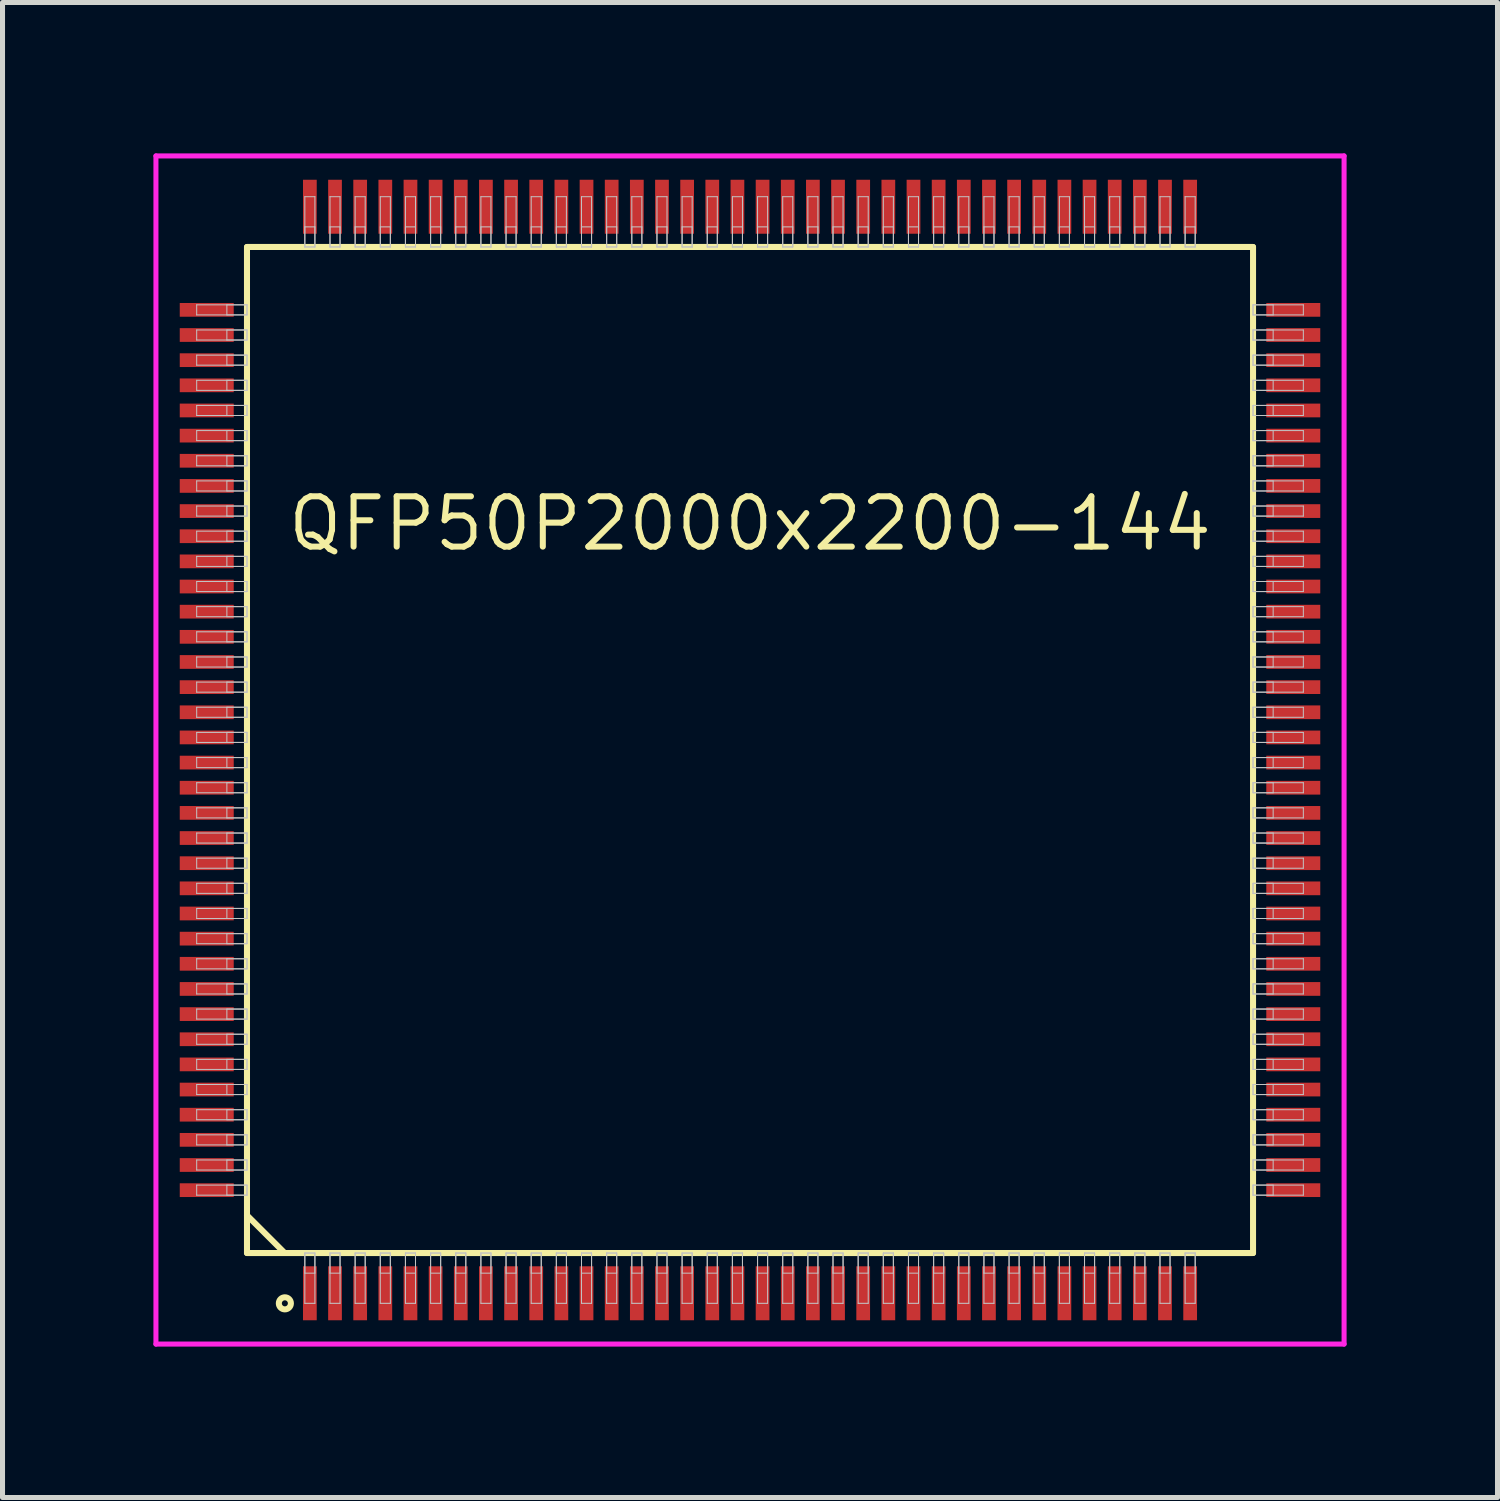
<source format=kicad_pcb>
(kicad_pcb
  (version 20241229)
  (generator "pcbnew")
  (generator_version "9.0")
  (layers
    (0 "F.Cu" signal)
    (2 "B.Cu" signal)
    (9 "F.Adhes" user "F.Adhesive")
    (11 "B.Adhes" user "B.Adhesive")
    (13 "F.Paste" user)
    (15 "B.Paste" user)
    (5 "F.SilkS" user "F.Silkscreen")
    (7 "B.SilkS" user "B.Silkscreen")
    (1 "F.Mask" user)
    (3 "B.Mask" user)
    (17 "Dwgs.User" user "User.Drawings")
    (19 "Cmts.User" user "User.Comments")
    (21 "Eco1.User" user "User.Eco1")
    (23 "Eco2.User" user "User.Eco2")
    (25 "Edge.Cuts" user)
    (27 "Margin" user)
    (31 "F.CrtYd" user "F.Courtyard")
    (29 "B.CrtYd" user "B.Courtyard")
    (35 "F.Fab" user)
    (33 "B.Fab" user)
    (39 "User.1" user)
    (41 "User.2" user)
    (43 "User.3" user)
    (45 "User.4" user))
  (footprint "QFP50P2000x2200-144"
    (layer "F.Cu")
    (at 11.86 11.86)
    (property "Reference" "QFP50P2000x2200-144" (at 0 -4.5 0) (layer "F.SilkS") (effects (font (size 1 1) (thickness 0.12))))
    (attr through_hole)
    (fp_line (start -10 -10) (end -10 10) (stroke (width 0.12) (type solid)) (layer "F.SilkS"))
    (fp_line (start -10 9.25) (end -9.25 10) (stroke (width 0.12) (type solid)) (layer "F.SilkS"))
    (fp_line (start -10 10) (end 10 10) (stroke (width 0.12) (type solid)) (layer "F.SilkS"))
    (fp_line (start 10 -10) (end -10 -10) (stroke (width 0.12) (type solid)) (layer "F.SilkS"))
    (fp_line (start 10 10) (end 10 -10) (stroke (width 0.12) (type solid)) (layer "F.SilkS"))
    (fp_circle (center -9.247 11) (end -9.127 11) (stroke (width 0.12) (type solid)) (fill no) (layer "F.SilkS"))
    (fp_line (start -11 -8.85) (end -11 -8.65) (stroke (width 0.02) (type solid)) (layer "Dwgs.User"))
    (fp_line (start -11 -8.65) (end -10 -8.65) (stroke (width 0.02) (type solid)) (layer "Dwgs.User"))
    (fp_line (start -11 -8.35) (end -11 -8.15) (stroke (width 0.02) (type solid)) (layer "Dwgs.User"))
    (fp_line (start -11 -8.15) (end -10 -8.15) (stroke (width 0.02) (type solid)) (layer "Dwgs.User"))
    (fp_line (start -11 -7.85) (end -11 -7.65) (stroke (width 0.02) (type solid)) (layer "Dwgs.User"))
    (fp_line (start -11 -7.65) (end -10 -7.65) (stroke (width 0.02) (type solid)) (layer "Dwgs.User"))
    (fp_line (start -11 -7.35) (end -11 -7.15) (stroke (width 0.02) (type solid)) (layer "Dwgs.User"))
    (fp_line (start -11 -7.15) (end -10 -7.15) (stroke (width 0.02) (type solid)) (layer "Dwgs.User"))
    (fp_line (start -11 -6.85) (end -11 -6.65) (stroke (width 0.02) (type solid)) (layer "Dwgs.User"))
    (fp_line (start -11 -6.65) (end -10 -6.65) (stroke (width 0.02) (type solid)) (layer "Dwgs.User"))
    (fp_line (start -11 -6.35) (end -11 -6.15) (stroke (width 0.02) (type solid)) (layer "Dwgs.User"))
    (fp_line (start -11 -6.15) (end -10 -6.15) (stroke (width 0.02) (type solid)) (layer "Dwgs.User"))
    (fp_line (start -11 -5.85) (end -11 -5.65) (stroke (width 0.02) (type solid)) (layer "Dwgs.User"))
    (fp_line (start -11 -5.65) (end -10 -5.65) (stroke (width 0.02) (type solid)) (layer "Dwgs.User"))
    (fp_line (start -11 -5.35) (end -11 -5.15) (stroke (width 0.02) (type solid)) (layer "Dwgs.User"))
    (fp_line (start -11 -5.15) (end -10 -5.15) (stroke (width 0.02) (type solid)) (layer "Dwgs.User"))
    (fp_line (start -11 -4.85) (end -11 -4.65) (stroke (width 0.02) (type solid)) (layer "Dwgs.User"))
    (fp_line (start -11 -4.65) (end -10 -4.65) (stroke (width 0.02) (type solid)) (layer "Dwgs.User"))
    (fp_line (start -11 -4.35) (end -11 -4.15) (stroke (width 0.02) (type solid)) (layer "Dwgs.User"))
    (fp_line (start -11 -4.15) (end -10 -4.15) (stroke (width 0.02) (type solid)) (layer "Dwgs.User"))
    (fp_line (start -11 -3.85) (end -11 -3.65) (stroke (width 0.02) (type solid)) (layer "Dwgs.User"))
    (fp_line (start -11 -3.65) (end -10 -3.65) (stroke (width 0.02) (type solid)) (layer "Dwgs.User"))
    (fp_line (start -11 -3.35) (end -11 -3.15) (stroke (width 0.02) (type solid)) (layer "Dwgs.User"))
    (fp_line (start -11 -3.15) (end -10 -3.15) (stroke (width 0.02) (type solid)) (layer "Dwgs.User"))
    (fp_line (start -11 -2.85) (end -11 -2.65) (stroke (width 0.02) (type solid)) (layer "Dwgs.User"))
    (fp_line (start -11 -2.65) (end -10 -2.65) (stroke (width 0.02) (type solid)) (layer "Dwgs.User"))
    (fp_line (start -11 -2.35) (end -11 -2.15) (stroke (width 0.02) (type solid)) (layer "Dwgs.User"))
    (fp_line (start -11 -2.15) (end -10 -2.15) (stroke (width 0.02) (type solid)) (layer "Dwgs.User"))
    (fp_line (start -11 -1.85) (end -11 -1.65) (stroke (width 0.02) (type solid)) (layer "Dwgs.User"))
    (fp_line (start -11 -1.65) (end -10 -1.65) (stroke (width 0.02) (type solid)) (layer "Dwgs.User"))
    (fp_line (start -11 -1.35) (end -11 -1.15) (stroke (width 0.02) (type solid)) (layer "Dwgs.User"))
    (fp_line (start -11 -1.15) (end -10 -1.15) (stroke (width 0.02) (type solid)) (layer "Dwgs.User"))
    (fp_line (start -11 -0.85) (end -11 -0.65) (stroke (width 0.02) (type solid)) (layer "Dwgs.User"))
    (fp_line (start -11 -0.65) (end -10 -0.65) (stroke (width 0.02) (type solid)) (layer "Dwgs.User"))
    (fp_line (start -11 -0.35) (end -11 -0.15) (stroke (width 0.02) (type solid)) (layer "Dwgs.User"))
    (fp_line (start -11 -0.15) (end -10 -0.15) (stroke (width 0.02) (type solid)) (layer "Dwgs.User"))
    (fp_line (start -11 0.15) (end -11 0.35) (stroke (width 0.02) (type solid)) (layer "Dwgs.User"))
    (fp_line (start -11 0.35) (end -10 0.35) (stroke (width 0.02) (type solid)) (layer "Dwgs.User"))
    (fp_line (start -11 0.65) (end -11 0.85) (stroke (width 0.02) (type solid)) (layer "Dwgs.User"))
    (fp_line (start -11 0.85) (end -10 0.85) (stroke (width 0.02) (type solid)) (layer "Dwgs.User"))
    (fp_line (start -11 1.15) (end -11 1.35) (stroke (width 0.02) (type solid)) (layer "Dwgs.User"))
    (fp_line (start -11 1.35) (end -10 1.35) (stroke (width 0.02) (type solid)) (layer "Dwgs.User"))
    (fp_line (start -11 1.65) (end -11 1.85) (stroke (width 0.02) (type solid)) (layer "Dwgs.User"))
    (fp_line (start -11 1.85) (end -10 1.85) (stroke (width 0.02) (type solid)) (layer "Dwgs.User"))
    (fp_line (start -11 2.15) (end -11 2.35) (stroke (width 0.02) (type solid)) (layer "Dwgs.User"))
    (fp_line (start -11 2.35) (end -10 2.35) (stroke (width 0.02) (type solid)) (layer "Dwgs.User"))
    (fp_line (start -11 2.65) (end -11 2.85) (stroke (width 0.02) (type solid)) (layer "Dwgs.User"))
    (fp_line (start -11 2.85) (end -10 2.85) (stroke (width 0.02) (type solid)) (layer "Dwgs.User"))
    (fp_line (start -11 3.15) (end -11 3.35) (stroke (width 0.02) (type solid)) (layer "Dwgs.User"))
    (fp_line (start -11 3.35) (end -10 3.35) (stroke (width 0.02) (type solid)) (layer "Dwgs.User"))
    (fp_line (start -11 3.65) (end -11 3.85) (stroke (width 0.02) (type solid)) (layer "Dwgs.User"))
    (fp_line (start -11 3.85) (end -10 3.85) (stroke (width 0.02) (type solid)) (layer "Dwgs.User"))
    (fp_line (start -11 4.15) (end -11 4.35) (stroke (width 0.02) (type solid)) (layer "Dwgs.User"))
    (fp_line (start -11 4.35) (end -10 4.35) (stroke (width 0.02) (type solid)) (layer "Dwgs.User"))
    (fp_line (start -11 4.65) (end -11 4.85) (stroke (width 0.02) (type solid)) (layer "Dwgs.User"))
    (fp_line (start -11 4.85) (end -10 4.85) (stroke (width 0.02) (type solid)) (layer "Dwgs.User"))
    (fp_line (start -11 5.15) (end -11 5.35) (stroke (width 0.02) (type solid)) (layer "Dwgs.User"))
    (fp_line (start -11 5.35) (end -10 5.35) (stroke (width 0.02) (type solid)) (layer "Dwgs.User"))
    (fp_line (start -11 5.65) (end -11 5.85) (stroke (width 0.02) (type solid)) (layer "Dwgs.User"))
    (fp_line (start -11 5.85) (end -10 5.85) (stroke (width 0.02) (type solid)) (layer "Dwgs.User"))
    (fp_line (start -11 6.15) (end -11 6.35) (stroke (width 0.02) (type solid)) (layer "Dwgs.User"))
    (fp_line (start -11 6.35) (end -10 6.35) (stroke (width 0.02) (type solid)) (layer "Dwgs.User"))
    (fp_line (start -11 6.65) (end -11 6.85) (stroke (width 0.02) (type solid)) (layer "Dwgs.User"))
    (fp_line (start -11 6.85) (end -10 6.85) (stroke (width 0.02) (type solid)) (layer "Dwgs.User"))
    (fp_line (start -11 7.15) (end -11 7.35) (stroke (width 0.02) (type solid)) (layer "Dwgs.User"))
    (fp_line (start -11 7.35) (end -10 7.35) (stroke (width 0.02) (type solid)) (layer "Dwgs.User"))
    (fp_line (start -11 7.65) (end -11 7.85) (stroke (width 0.02) (type solid)) (layer "Dwgs.User"))
    (fp_line (start -11 7.85) (end -10 7.85) (stroke (width 0.02) (type solid)) (layer "Dwgs.User"))
    (fp_line (start -11 8.15) (end -11 8.35) (stroke (width 0.02) (type solid)) (layer "Dwgs.User"))
    (fp_line (start -11 8.35) (end -10 8.35) (stroke (width 0.02) (type solid)) (layer "Dwgs.User"))
    (fp_line (start -11 8.65) (end -11 8.85) (stroke (width 0.02) (type solid)) (layer "Dwgs.User"))
    (fp_line (start -11 8.85) (end -10 8.85) (stroke (width 0.02) (type solid)) (layer "Dwgs.User"))
    (fp_line (start -10.4 -8.85) (end -10.4 -8.65) (stroke (width 0.02) (type solid)) (layer "Dwgs.User"))
    (fp_line (start -10.4 -8.65) (end -10 -8.65) (stroke (width 0.02) (type solid)) (layer "Dwgs.User"))
    (fp_line (start -10.4 -8.35) (end -10.4 -8.15) (stroke (width 0.02) (type solid)) (layer "Dwgs.User"))
    (fp_line (start -10.4 -8.15) (end -10 -8.15) (stroke (width 0.02) (type solid)) (layer "Dwgs.User"))
    (fp_line (start -10.4 -7.85) (end -10.4 -7.65) (stroke (width 0.02) (type solid)) (layer "Dwgs.User"))
    (fp_line (start -10.4 -7.65) (end -10 -7.65) (stroke (width 0.02) (type solid)) (layer "Dwgs.User"))
    (fp_line (start -10.4 -7.35) (end -10.4 -7.15) (stroke (width 0.02) (type solid)) (layer "Dwgs.User"))
    (fp_line (start -10.4 -7.15) (end -10 -7.15) (stroke (width 0.02) (type solid)) (layer "Dwgs.User"))
    (fp_line (start -10.4 -6.85) (end -10.4 -6.65) (stroke (width 0.02) (type solid)) (layer "Dwgs.User"))
    (fp_line (start -10.4 -6.65) (end -10 -6.65) (stroke (width 0.02) (type solid)) (layer "Dwgs.User"))
    (fp_line (start -10.4 -6.35) (end -10.4 -6.15) (stroke (width 0.02) (type solid)) (layer "Dwgs.User"))
    (fp_line (start -10.4 -6.15) (end -10 -6.15) (stroke (width 0.02) (type solid)) (layer "Dwgs.User"))
    (fp_line (start -10.4 -5.85) (end -10.4 -5.65) (stroke (width 0.02) (type solid)) (layer "Dwgs.User"))
    (fp_line (start -10.4 -5.65) (end -10 -5.65) (stroke (width 0.02) (type solid)) (layer "Dwgs.User"))
    (fp_line (start -10.4 -5.35) (end -10.4 -5.15) (stroke (width 0.02) (type solid)) (layer "Dwgs.User"))
    (fp_line (start -10.4 -5.15) (end -10 -5.15) (stroke (width 0.02) (type solid)) (layer "Dwgs.User"))
    (fp_line (start -10.4 -4.85) (end -10.4 -4.65) (stroke (width 0.02) (type solid)) (layer "Dwgs.User"))
    (fp_line (start -10.4 -4.65) (end -10 -4.65) (stroke (width 0.02) (type solid)) (layer "Dwgs.User"))
    (fp_line (start -10.4 -4.35) (end -10.4 -4.15) (stroke (width 0.02) (type solid)) (layer "Dwgs.User"))
    (fp_line (start -10.4 -4.15) (end -10 -4.15) (stroke (width 0.02) (type solid)) (layer "Dwgs.User"))
    (fp_line (start -10.4 -3.85) (end -10.4 -3.65) (stroke (width 0.02) (type solid)) (layer "Dwgs.User"))
    (fp_line (start -10.4 -3.65) (end -10 -3.65) (stroke (width 0.02) (type solid)) (layer "Dwgs.User"))
    (fp_line (start -10.4 -3.35) (end -10.4 -3.15) (stroke (width 0.02) (type solid)) (layer "Dwgs.User"))
    (fp_line (start -10.4 -3.15) (end -10 -3.15) (stroke (width 0.02) (type solid)) (layer "Dwgs.User"))
    (fp_line (start -10.4 -2.85) (end -10.4 -2.65) (stroke (width 0.02) (type solid)) (layer "Dwgs.User"))
    (fp_line (start -10.4 -2.65) (end -10 -2.65) (stroke (width 0.02) (type solid)) (layer "Dwgs.User"))
    (fp_line (start -10.4 -2.35) (end -10.4 -2.15) (stroke (width 0.02) (type solid)) (layer "Dwgs.User"))
    (fp_line (start -10.4 -2.15) (end -10 -2.15) (stroke (width 0.02) (type solid)) (layer "Dwgs.User"))
    (fp_line (start -10.4 -1.85) (end -10.4 -1.65) (stroke (width 0.02) (type solid)) (layer "Dwgs.User"))
    (fp_line (start -10.4 -1.65) (end -10 -1.65) (stroke (width 0.02) (type solid)) (layer "Dwgs.User"))
    (fp_line (start -10.4 -1.35) (end -10.4 -1.15) (stroke (width 0.02) (type solid)) (layer "Dwgs.User"))
    (fp_line (start -10.4 -1.15) (end -10 -1.15) (stroke (width 0.02) (type solid)) (layer "Dwgs.User"))
    (fp_line (start -10.4 -0.85) (end -10.4 -0.65) (stroke (width 0.02) (type solid)) (layer "Dwgs.User"))
    (fp_line (start -10.4 -0.65) (end -10 -0.65) (stroke (width 0.02) (type solid)) (layer "Dwgs.User"))
    (fp_line (start -10.4 -0.35) (end -10.4 -0.15) (stroke (width 0.02) (type solid)) (layer "Dwgs.User"))
    (fp_line (start -10.4 -0.15) (end -10 -0.15) (stroke (width 0.02) (type solid)) (layer "Dwgs.User"))
    (fp_line (start -10.4 0.15) (end -10.4 0.35) (stroke (width 0.02) (type solid)) (layer "Dwgs.User"))
    (fp_line (start -10.4 0.35) (end -10 0.35) (stroke (width 0.02) (type solid)) (layer "Dwgs.User"))
    (fp_line (start -10.4 0.65) (end -10.4 0.85) (stroke (width 0.02) (type solid)) (layer "Dwgs.User"))
    (fp_line (start -10.4 0.85) (end -10 0.85) (stroke (width 0.02) (type solid)) (layer "Dwgs.User"))
    (fp_line (start -10.4 1.15) (end -10.4 1.35) (stroke (width 0.02) (type solid)) (layer "Dwgs.User"))
    (fp_line (start -10.4 1.35) (end -10 1.35) (stroke (width 0.02) (type solid)) (layer "Dwgs.User"))
    (fp_line (start -10.4 1.65) (end -10.4 1.85) (stroke (width 0.02) (type solid)) (layer "Dwgs.User"))
    (fp_line (start -10.4 1.85) (end -10 1.85) (stroke (width 0.02) (type solid)) (layer "Dwgs.User"))
    (fp_line (start -10.4 2.15) (end -10.4 2.35) (stroke (width 0.02) (type solid)) (layer "Dwgs.User"))
    (fp_line (start -10.4 2.35) (end -10 2.35) (stroke (width 0.02) (type solid)) (layer "Dwgs.User"))
    (fp_line (start -10.4 2.65) (end -10.4 2.85) (stroke (width 0.02) (type solid)) (layer "Dwgs.User"))
    (fp_line (start -10.4 2.85) (end -10 2.85) (stroke (width 0.02) (type solid)) (layer "Dwgs.User"))
    (fp_line (start -10.4 3.15) (end -10.4 3.35) (stroke (width 0.02) (type solid)) (layer "Dwgs.User"))
    (fp_line (start -10.4 3.35) (end -10 3.35) (stroke (width 0.02) (type solid)) (layer "Dwgs.User"))
    (fp_line (start -10.4 3.65) (end -10.4 3.85) (stroke (width 0.02) (type solid)) (layer "Dwgs.User"))
    (fp_line (start -10.4 3.85) (end -10 3.85) (stroke (width 0.02) (type solid)) (layer "Dwgs.User"))
    (fp_line (start -10.4 4.15) (end -10.4 4.35) (stroke (width 0.02) (type solid)) (layer "Dwgs.User"))
    (fp_line (start -10.4 4.35) (end -10 4.35) (stroke (width 0.02) (type solid)) (layer "Dwgs.User"))
    (fp_line (start -10.4 4.65) (end -10.4 4.85) (stroke (width 0.02) (type solid)) (layer "Dwgs.User"))
    (fp_line (start -10.4 4.85) (end -10 4.85) (stroke (width 0.02) (type solid)) (layer "Dwgs.User"))
    (fp_line (start -10.4 5.15) (end -10.4 5.35) (stroke (width 0.02) (type solid)) (layer "Dwgs.User"))
    (fp_line (start -10.4 5.35) (end -10 5.35) (stroke (width 0.02) (type solid)) (layer "Dwgs.User"))
    (fp_line (start -10.4 5.65) (end -10.4 5.85) (stroke (width 0.02) (type solid)) (layer "Dwgs.User"))
    (fp_line (start -10.4 5.85) (end -10 5.85) (stroke (width 0.02) (type solid)) (layer "Dwgs.User"))
    (fp_line (start -10.4 6.15) (end -10.4 6.35) (stroke (width 0.02) (type solid)) (layer "Dwgs.User"))
    (fp_line (start -10.4 6.35) (end -10 6.35) (stroke (width 0.02) (type solid)) (layer "Dwgs.User"))
    (fp_line (start -10.4 6.65) (end -10.4 6.85) (stroke (width 0.02) (type solid)) (layer "Dwgs.User"))
    (fp_line (start -10.4 6.85) (end -10 6.85) (stroke (width 0.02) (type solid)) (layer "Dwgs.User"))
    (fp_line (start -10.4 7.15) (end -10.4 7.35) (stroke (width 0.02) (type solid)) (layer "Dwgs.User"))
    (fp_line (start -10.4 7.35) (end -10 7.35) (stroke (width 0.02) (type solid)) (layer "Dwgs.User"))
    (fp_line (start -10.4 7.65) (end -10.4 7.85) (stroke (width 0.02) (type solid)) (layer "Dwgs.User"))
    (fp_line (start -10.4 7.85) (end -10 7.85) (stroke (width 0.02) (type solid)) (layer "Dwgs.User"))
    (fp_line (start -10.4 8.15) (end -10.4 8.35) (stroke (width 0.02) (type solid)) (layer "Dwgs.User"))
    (fp_line (start -10.4 8.35) (end -10 8.35) (stroke (width 0.02) (type solid)) (layer "Dwgs.User"))
    (fp_line (start -10.4 8.65) (end -10.4 8.85) (stroke (width 0.02) (type solid)) (layer "Dwgs.User"))
    (fp_line (start -10.4 8.85) (end -10 8.85) (stroke (width 0.02) (type solid)) (layer "Dwgs.User"))
    (fp_line (start -10 -8.85) (end -11 -8.85) (stroke (width 0.02) (type solid)) (layer "Dwgs.User"))
    (fp_line (start -10 -8.85) (end -10.4 -8.85) (stroke (width 0.02) (type solid)) (layer "Dwgs.User"))
    (fp_line (start -10 -8.65) (end -10 -8.85) (stroke (width 0.02) (type solid)) (layer "Dwgs.User"))
    (fp_line (start -10 -8.65) (end -10 -8.85) (stroke (width 0.02) (type solid)) (layer "Dwgs.User"))
    (fp_line (start -10 -8.35) (end -11 -8.35) (stroke (width 0.02) (type solid)) (layer "Dwgs.User"))
    (fp_line (start -10 -8.35) (end -10.4 -8.35) (stroke (width 0.02) (type solid)) (layer "Dwgs.User"))
    (fp_line (start -10 -8.15) (end -10 -8.35) (stroke (width 0.02) (type solid)) (layer "Dwgs.User"))
    (fp_line (start -10 -8.15) (end -10 -8.35) (stroke (width 0.02) (type solid)) (layer "Dwgs.User"))
    (fp_line (start -10 -7.85) (end -11 -7.85) (stroke (width 0.02) (type solid)) (layer "Dwgs.User"))
    (fp_line (start -10 -7.85) (end -10.4 -7.85) (stroke (width 0.02) (type solid)) (layer "Dwgs.User"))
    (fp_line (start -10 -7.65) (end -10 -7.85) (stroke (width 0.02) (type solid)) (layer "Dwgs.User"))
    (fp_line (start -10 -7.65) (end -10 -7.85) (stroke (width 0.02) (type solid)) (layer "Dwgs.User"))
    (fp_line (start -10 -7.35) (end -11 -7.35) (stroke (width 0.02) (type solid)) (layer "Dwgs.User"))
    (fp_line (start -10 -7.35) (end -10.4 -7.35) (stroke (width 0.02) (type solid)) (layer "Dwgs.User"))
    (fp_line (start -10 -7.15) (end -10 -7.35) (stroke (width 0.02) (type solid)) (layer "Dwgs.User"))
    (fp_line (start -10 -7.15) (end -10 -7.35) (stroke (width 0.02) (type solid)) (layer "Dwgs.User"))
    (fp_line (start -10 -6.85) (end -11 -6.85) (stroke (width 0.02) (type solid)) (layer "Dwgs.User"))
    (fp_line (start -10 -6.85) (end -10.4 -6.85) (stroke (width 0.02) (type solid)) (layer "Dwgs.User"))
    (fp_line (start -10 -6.65) (end -10 -6.85) (stroke (width 0.02) (type solid)) (layer "Dwgs.User"))
    (fp_line (start -10 -6.65) (end -10 -6.85) (stroke (width 0.02) (type solid)) (layer "Dwgs.User"))
    (fp_line (start -10 -6.35) (end -11 -6.35) (stroke (width 0.02) (type solid)) (layer "Dwgs.User"))
    (fp_line (start -10 -6.35) (end -10.4 -6.35) (stroke (width 0.02) (type solid)) (layer "Dwgs.User"))
    (fp_line (start -10 -6.15) (end -10 -6.35) (stroke (width 0.02) (type solid)) (layer "Dwgs.User"))
    (fp_line (start -10 -6.15) (end -10 -6.35) (stroke (width 0.02) (type solid)) (layer "Dwgs.User"))
    (fp_line (start -10 -5.85) (end -11 -5.85) (stroke (width 0.02) (type solid)) (layer "Dwgs.User"))
    (fp_line (start -10 -5.85) (end -10.4 -5.85) (stroke (width 0.02) (type solid)) (layer "Dwgs.User"))
    (fp_line (start -10 -5.65) (end -10 -5.85) (stroke (width 0.02) (type solid)) (layer "Dwgs.User"))
    (fp_line (start -10 -5.65) (end -10 -5.85) (stroke (width 0.02) (type solid)) (layer "Dwgs.User"))
    (fp_line (start -10 -5.35) (end -11 -5.35) (stroke (width 0.02) (type solid)) (layer "Dwgs.User"))
    (fp_line (start -10 -5.35) (end -10.4 -5.35) (stroke (width 0.02) (type solid)) (layer "Dwgs.User"))
    (fp_line (start -10 -5.15) (end -10 -5.35) (stroke (width 0.02) (type solid)) (layer "Dwgs.User"))
    (fp_line (start -10 -5.15) (end -10 -5.35) (stroke (width 0.02) (type solid)) (layer "Dwgs.User"))
    (fp_line (start -10 -4.85) (end -11 -4.85) (stroke (width 0.02) (type solid)) (layer "Dwgs.User"))
    (fp_line (start -10 -4.85) (end -10.4 -4.85) (stroke (width 0.02) (type solid)) (layer "Dwgs.User"))
    (fp_line (start -10 -4.65) (end -10 -4.85) (stroke (width 0.02) (type solid)) (layer "Dwgs.User"))
    (fp_line (start -10 -4.65) (end -10 -4.85) (stroke (width 0.02) (type solid)) (layer "Dwgs.User"))
    (fp_line (start -10 -4.35) (end -11 -4.35) (stroke (width 0.02) (type solid)) (layer "Dwgs.User"))
    (fp_line (start -10 -4.35) (end -10.4 -4.35) (stroke (width 0.02) (type solid)) (layer "Dwgs.User"))
    (fp_line (start -10 -4.15) (end -10 -4.35) (stroke (width 0.02) (type solid)) (layer "Dwgs.User"))
    (fp_line (start -10 -4.15) (end -10 -4.35) (stroke (width 0.02) (type solid)) (layer "Dwgs.User"))
    (fp_line (start -10 -3.85) (end -11 -3.85) (stroke (width 0.02) (type solid)) (layer "Dwgs.User"))
    (fp_line (start -10 -3.85) (end -10.4 -3.85) (stroke (width 0.02) (type solid)) (layer "Dwgs.User"))
    (fp_line (start -10 -3.65) (end -10 -3.85) (stroke (width 0.02) (type solid)) (layer "Dwgs.User"))
    (fp_line (start -10 -3.65) (end -10 -3.85) (stroke (width 0.02) (type solid)) (layer "Dwgs.User"))
    (fp_line (start -10 -3.35) (end -11 -3.35) (stroke (width 0.02) (type solid)) (layer "Dwgs.User"))
    (fp_line (start -10 -3.35) (end -10.4 -3.35) (stroke (width 0.02) (type solid)) (layer "Dwgs.User"))
    (fp_line (start -10 -3.15) (end -10 -3.35) (stroke (width 0.02) (type solid)) (layer "Dwgs.User"))
    (fp_line (start -10 -3.15) (end -10 -3.35) (stroke (width 0.02) (type solid)) (layer "Dwgs.User"))
    (fp_line (start -10 -2.85) (end -11 -2.85) (stroke (width 0.02) (type solid)) (layer "Dwgs.User"))
    (fp_line (start -10 -2.85) (end -10.4 -2.85) (stroke (width 0.02) (type solid)) (layer "Dwgs.User"))
    (fp_line (start -10 -2.65) (end -10 -2.85) (stroke (width 0.02) (type solid)) (layer "Dwgs.User"))
    (fp_line (start -10 -2.65) (end -10 -2.85) (stroke (width 0.02) (type solid)) (layer "Dwgs.User"))
    (fp_line (start -10 -2.35) (end -11 -2.35) (stroke (width 0.02) (type solid)) (layer "Dwgs.User"))
    (fp_line (start -10 -2.35) (end -10.4 -2.35) (stroke (width 0.02) (type solid)) (layer "Dwgs.User"))
    (fp_line (start -10 -2.15) (end -10 -2.35) (stroke (width 0.02) (type solid)) (layer "Dwgs.User"))
    (fp_line (start -10 -2.15) (end -10 -2.35) (stroke (width 0.02) (type solid)) (layer "Dwgs.User"))
    (fp_line (start -10 -1.85) (end -11 -1.85) (stroke (width 0.02) (type solid)) (layer "Dwgs.User"))
    (fp_line (start -10 -1.85) (end -10.4 -1.85) (stroke (width 0.02) (type solid)) (layer "Dwgs.User"))
    (fp_line (start -10 -1.65) (end -10 -1.85) (stroke (width 0.02) (type solid)) (layer "Dwgs.User"))
    (fp_line (start -10 -1.65) (end -10 -1.85) (stroke (width 0.02) (type solid)) (layer "Dwgs.User"))
    (fp_line (start -10 -1.35) (end -11 -1.35) (stroke (width 0.02) (type solid)) (layer "Dwgs.User"))
    (fp_line (start -10 -1.35) (end -10.4 -1.35) (stroke (width 0.02) (type solid)) (layer "Dwgs.User"))
    (fp_line (start -10 -1.15) (end -10 -1.35) (stroke (width 0.02) (type solid)) (layer "Dwgs.User"))
    (fp_line (start -10 -1.15) (end -10 -1.35) (stroke (width 0.02) (type solid)) (layer "Dwgs.User"))
    (fp_line (start -10 -0.85) (end -11 -0.85) (stroke (width 0.02) (type solid)) (layer "Dwgs.User"))
    (fp_line (start -10 -0.85) (end -10.4 -0.85) (stroke (width 0.02) (type solid)) (layer "Dwgs.User"))
    (fp_line (start -10 -0.65) (end -10 -0.85) (stroke (width 0.02) (type solid)) (layer "Dwgs.User"))
    (fp_line (start -10 -0.65) (end -10 -0.85) (stroke (width 0.02) (type solid)) (layer "Dwgs.User"))
    (fp_line (start -10 -0.35) (end -11 -0.35) (stroke (width 0.02) (type solid)) (layer "Dwgs.User"))
    (fp_line (start -10 -0.35) (end -10.4 -0.35) (stroke (width 0.02) (type solid)) (layer "Dwgs.User"))
    (fp_line (start -10 -0.15) (end -10 -0.35) (stroke (width 0.02) (type solid)) (layer "Dwgs.User"))
    (fp_line (start -10 -0.15) (end -10 -0.35) (stroke (width 0.02) (type solid)) (layer "Dwgs.User"))
    (fp_line (start -10 0.15) (end -11 0.15) (stroke (width 0.02) (type solid)) (layer "Dwgs.User"))
    (fp_line (start -10 0.15) (end -10.4 0.15) (stroke (width 0.02) (type solid)) (layer "Dwgs.User"))
    (fp_line (start -10 0.35) (end -10 0.15) (stroke (width 0.02) (type solid)) (layer "Dwgs.User"))
    (fp_line (start -10 0.35) (end -10 0.15) (stroke (width 0.02) (type solid)) (layer "Dwgs.User"))
    (fp_line (start -10 0.65) (end -11 0.65) (stroke (width 0.02) (type solid)) (layer "Dwgs.User"))
    (fp_line (start -10 0.65) (end -10.4 0.65) (stroke (width 0.02) (type solid)) (layer "Dwgs.User"))
    (fp_line (start -10 0.85) (end -10 0.65) (stroke (width 0.02) (type solid)) (layer "Dwgs.User"))
    (fp_line (start -10 0.85) (end -10 0.65) (stroke (width 0.02) (type solid)) (layer "Dwgs.User"))
    (fp_line (start -10 1.15) (end -11 1.15) (stroke (width 0.02) (type solid)) (layer "Dwgs.User"))
    (fp_line (start -10 1.15) (end -10.4 1.15) (stroke (width 0.02) (type solid)) (layer "Dwgs.User"))
    (fp_line (start -10 1.35) (end -10 1.15) (stroke (width 0.02) (type solid)) (layer "Dwgs.User"))
    (fp_line (start -10 1.35) (end -10 1.15) (stroke (width 0.02) (type solid)) (layer "Dwgs.User"))
    (fp_line (start -10 1.65) (end -11 1.65) (stroke (width 0.02) (type solid)) (layer "Dwgs.User"))
    (fp_line (start -10 1.65) (end -10.4 1.65) (stroke (width 0.02) (type solid)) (layer "Dwgs.User"))
    (fp_line (start -10 1.85) (end -10 1.65) (stroke (width 0.02) (type solid)) (layer "Dwgs.User"))
    (fp_line (start -10 1.85) (end -10 1.65) (stroke (width 0.02) (type solid)) (layer "Dwgs.User"))
    (fp_line (start -10 2.15) (end -11 2.15) (stroke (width 0.02) (type solid)) (layer "Dwgs.User"))
    (fp_line (start -10 2.15) (end -10.4 2.15) (stroke (width 0.02) (type solid)) (layer "Dwgs.User"))
    (fp_line (start -10 2.35) (end -10 2.15) (stroke (width 0.02) (type solid)) (layer "Dwgs.User"))
    (fp_line (start -10 2.35) (end -10 2.15) (stroke (width 0.02) (type solid)) (layer "Dwgs.User"))
    (fp_line (start -10 2.65) (end -11 2.65) (stroke (width 0.02) (type solid)) (layer "Dwgs.User"))
    (fp_line (start -10 2.65) (end -10.4 2.65) (stroke (width 0.02) (type solid)) (layer "Dwgs.User"))
    (fp_line (start -10 2.85) (end -10 2.65) (stroke (width 0.02) (type solid)) (layer "Dwgs.User"))
    (fp_line (start -10 2.85) (end -10 2.65) (stroke (width 0.02) (type solid)) (layer "Dwgs.User"))
    (fp_line (start -10 3.15) (end -11 3.15) (stroke (width 0.02) (type solid)) (layer "Dwgs.User"))
    (fp_line (start -10 3.15) (end -10.4 3.15) (stroke (width 0.02) (type solid)) (layer "Dwgs.User"))
    (fp_line (start -10 3.35) (end -10 3.15) (stroke (width 0.02) (type solid)) (layer "Dwgs.User"))
    (fp_line (start -10 3.35) (end -10 3.15) (stroke (width 0.02) (type solid)) (layer "Dwgs.User"))
    (fp_line (start -10 3.65) (end -11 3.65) (stroke (width 0.02) (type solid)) (layer "Dwgs.User"))
    (fp_line (start -10 3.65) (end -10.4 3.65) (stroke (width 0.02) (type solid)) (layer "Dwgs.User"))
    (fp_line (start -10 3.85) (end -10 3.65) (stroke (width 0.02) (type solid)) (layer "Dwgs.User"))
    (fp_line (start -10 3.85) (end -10 3.65) (stroke (width 0.02) (type solid)) (layer "Dwgs.User"))
    (fp_line (start -10 4.15) (end -11 4.15) (stroke (width 0.02) (type solid)) (layer "Dwgs.User"))
    (fp_line (start -10 4.15) (end -10.4 4.15) (stroke (width 0.02) (type solid)) (layer "Dwgs.User"))
    (fp_line (start -10 4.35) (end -10 4.15) (stroke (width 0.02) (type solid)) (layer "Dwgs.User"))
    (fp_line (start -10 4.35) (end -10 4.15) (stroke (width 0.02) (type solid)) (layer "Dwgs.User"))
    (fp_line (start -10 4.65) (end -11 4.65) (stroke (width 0.02) (type solid)) (layer "Dwgs.User"))
    (fp_line (start -10 4.65) (end -10.4 4.65) (stroke (width 0.02) (type solid)) (layer "Dwgs.User"))
    (fp_line (start -10 4.85) (end -10 4.65) (stroke (width 0.02) (type solid)) (layer "Dwgs.User"))
    (fp_line (start -10 4.85) (end -10 4.65) (stroke (width 0.02) (type solid)) (layer "Dwgs.User"))
    (fp_line (start -10 5.15) (end -11 5.15) (stroke (width 0.02) (type solid)) (layer "Dwgs.User"))
    (fp_line (start -10 5.15) (end -10.4 5.15) (stroke (width 0.02) (type solid)) (layer "Dwgs.User"))
    (fp_line (start -10 5.35) (end -10 5.15) (stroke (width 0.02) (type solid)) (layer "Dwgs.User"))
    (fp_line (start -10 5.35) (end -10 5.15) (stroke (width 0.02) (type solid)) (layer "Dwgs.User"))
    (fp_line (start -10 5.65) (end -11 5.65) (stroke (width 0.02) (type solid)) (layer "Dwgs.User"))
    (fp_line (start -10 5.65) (end -10.4 5.65) (stroke (width 0.02) (type solid)) (layer "Dwgs.User"))
    (fp_line (start -10 5.85) (end -10 5.65) (stroke (width 0.02) (type solid)) (layer "Dwgs.User"))
    (fp_line (start -10 5.85) (end -10 5.65) (stroke (width 0.02) (type solid)) (layer "Dwgs.User"))
    (fp_line (start -10 6.15) (end -11 6.15) (stroke (width 0.02) (type solid)) (layer "Dwgs.User"))
    (fp_line (start -10 6.15) (end -10.4 6.15) (stroke (width 0.02) (type solid)) (layer "Dwgs.User"))
    (fp_line (start -10 6.35) (end -10 6.15) (stroke (width 0.02) (type solid)) (layer "Dwgs.User"))
    (fp_line (start -10 6.35) (end -10 6.15) (stroke (width 0.02) (type solid)) (layer "Dwgs.User"))
    (fp_line (start -10 6.65) (end -11 6.65) (stroke (width 0.02) (type solid)) (layer "Dwgs.User"))
    (fp_line (start -10 6.65) (end -10.4 6.65) (stroke (width 0.02) (type solid)) (layer "Dwgs.User"))
    (fp_line (start -10 6.85) (end -10 6.65) (stroke (width 0.02) (type solid)) (layer "Dwgs.User"))
    (fp_line (start -10 6.85) (end -10 6.65) (stroke (width 0.02) (type solid)) (layer "Dwgs.User"))
    (fp_line (start -10 7.15) (end -11 7.15) (stroke (width 0.02) (type solid)) (layer "Dwgs.User"))
    (fp_line (start -10 7.15) (end -10.4 7.15) (stroke (width 0.02) (type solid)) (layer "Dwgs.User"))
    (fp_line (start -10 7.35) (end -10 7.15) (stroke (width 0.02) (type solid)) (layer "Dwgs.User"))
    (fp_line (start -10 7.35) (end -10 7.15) (stroke (width 0.02) (type solid)) (layer "Dwgs.User"))
    (fp_line (start -10 7.65) (end -11 7.65) (stroke (width 0.02) (type solid)) (layer "Dwgs.User"))
    (fp_line (start -10 7.65) (end -10.4 7.65) (stroke (width 0.02) (type solid)) (layer "Dwgs.User"))
    (fp_line (start -10 7.85) (end -10 7.65) (stroke (width 0.02) (type solid)) (layer "Dwgs.User"))
    (fp_line (start -10 7.85) (end -10 7.65) (stroke (width 0.02) (type solid)) (layer "Dwgs.User"))
    (fp_line (start -10 8.15) (end -11 8.15) (stroke (width 0.02) (type solid)) (layer "Dwgs.User"))
    (fp_line (start -10 8.15) (end -10.4 8.15) (stroke (width 0.02) (type solid)) (layer "Dwgs.User"))
    (fp_line (start -10 8.35) (end -10 8.15) (stroke (width 0.02) (type solid)) (layer "Dwgs.User"))
    (fp_line (start -10 8.35) (end -10 8.15) (stroke (width 0.02) (type solid)) (layer "Dwgs.User"))
    (fp_line (start -10 8.65) (end -11 8.65) (stroke (width 0.02) (type solid)) (layer "Dwgs.User"))
    (fp_line (start -10 8.65) (end -10.4 8.65) (stroke (width 0.02) (type solid)) (layer "Dwgs.User"))
    (fp_line (start -10 8.85) (end -10 8.65) (stroke (width 0.02) (type solid)) (layer "Dwgs.User"))
    (fp_line (start -10 8.85) (end -10 8.65) (stroke (width 0.02) (type solid)) (layer "Dwgs.User"))
    (fp_line (start -8.85 -11) (end -8.85 -10) (stroke (width 0.02) (type solid)) (layer "Dwgs.User"))
    (fp_line (start -8.85 -10.4) (end -8.85 -10) (stroke (width 0.02) (type solid)) (layer "Dwgs.User"))
    (fp_line (start -8.85 -10) (end -8.65 -10) (stroke (width 0.02) (type solid)) (layer "Dwgs.User"))
    (fp_line (start -8.85 -10) (end -8.65 -10) (stroke (width 0.02) (type solid)) (layer "Dwgs.User"))
    (fp_line (start -8.85 10) (end -8.65 10) (stroke (width 0.02) (type solid)) (layer "Dwgs.User"))
    (fp_line (start -8.85 10) (end -8.65 10) (stroke (width 0.02) (type solid)) (layer "Dwgs.User"))
    (fp_line (start -8.85 10.4) (end -8.85 10) (stroke (width 0.02) (type solid)) (layer "Dwgs.User"))
    (fp_line (start -8.85 11) (end -8.85 10) (stroke (width 0.02) (type solid)) (layer "Dwgs.User"))
    (fp_line (start -8.65 -11) (end -8.85 -11) (stroke (width 0.02) (type solid)) (layer "Dwgs.User"))
    (fp_line (start -8.65 -10.4) (end -8.85 -10.4) (stroke (width 0.02) (type solid)) (layer "Dwgs.User"))
    (fp_line (start -8.65 -10) (end -8.65 -11) (stroke (width 0.02) (type solid)) (layer "Dwgs.User"))
    (fp_line (start -8.65 -10) (end -8.65 -10.4) (stroke (width 0.02) (type solid)) (layer "Dwgs.User"))
    (fp_line (start -8.65 10) (end -8.65 10.4) (stroke (width 0.02) (type solid)) (layer "Dwgs.User"))
    (fp_line (start -8.65 10) (end -8.65 11) (stroke (width 0.02) (type solid)) (layer "Dwgs.User"))
    (fp_line (start -8.65 10.4) (end -8.85 10.4) (stroke (width 0.02) (type solid)) (layer "Dwgs.User"))
    (fp_line (start -8.65 11) (end -8.85 11) (stroke (width 0.02) (type solid)) (layer "Dwgs.User"))
    (fp_line (start -8.35 -11) (end -8.35 -10) (stroke (width 0.02) (type solid)) (layer "Dwgs.User"))
    (fp_line (start -8.35 -10.4) (end -8.35 -10) (stroke (width 0.02) (type solid)) (layer "Dwgs.User"))
    (fp_line (start -8.35 -10) (end -8.15 -10) (stroke (width 0.02) (type solid)) (layer "Dwgs.User"))
    (fp_line (start -8.35 -10) (end -8.15 -10) (stroke (width 0.02) (type solid)) (layer "Dwgs.User"))
    (fp_line (start -8.35 10) (end -8.15 10) (stroke (width 0.02) (type solid)) (layer "Dwgs.User"))
    (fp_line (start -8.35 10) (end -8.15 10) (stroke (width 0.02) (type solid)) (layer "Dwgs.User"))
    (fp_line (start -8.35 10.4) (end -8.35 10) (stroke (width 0.02) (type solid)) (layer "Dwgs.User"))
    (fp_line (start -8.35 11) (end -8.35 10) (stroke (width 0.02) (type solid)) (layer "Dwgs.User"))
    (fp_line (start -8.15 -11) (end -8.35 -11) (stroke (width 0.02) (type solid)) (layer "Dwgs.User"))
    (fp_line (start -8.15 -10.4) (end -8.35 -10.4) (stroke (width 0.02) (type solid)) (layer "Dwgs.User"))
    (fp_line (start -8.15 -10) (end -8.15 -11) (stroke (width 0.02) (type solid)) (layer "Dwgs.User"))
    (fp_line (start -8.15 -10) (end -8.15 -10.4) (stroke (width 0.02) (type solid)) (layer "Dwgs.User"))
    (fp_line (start -8.15 10) (end -8.15 10.4) (stroke (width 0.02) (type solid)) (layer "Dwgs.User"))
    (fp_line (start -8.15 10) (end -8.15 11) (stroke (width 0.02) (type solid)) (layer "Dwgs.User"))
    (fp_line (start -8.15 10.4) (end -8.35 10.4) (stroke (width 0.02) (type solid)) (layer "Dwgs.User"))
    (fp_line (start -8.15 11) (end -8.35 11) (stroke (width 0.02) (type solid)) (layer "Dwgs.User"))
    (fp_line (start -7.85 -11) (end -7.85 -10) (stroke (width 0.02) (type solid)) (layer "Dwgs.User"))
    (fp_line (start -7.85 -10.4) (end -7.85 -10) (stroke (width 0.02) (type solid)) (layer "Dwgs.User"))
    (fp_line (start -7.85 -10) (end -7.65 -10) (stroke (width 0.02) (type solid)) (layer "Dwgs.User"))
    (fp_line (start -7.85 -10) (end -7.65 -10) (stroke (width 0.02) (type solid)) (layer "Dwgs.User"))
    (fp_line (start -7.85 10) (end -7.65 10) (stroke (width 0.02) (type solid)) (layer "Dwgs.User"))
    (fp_line (start -7.85 10) (end -7.65 10) (stroke (width 0.02) (type solid)) (layer "Dwgs.User"))
    (fp_line (start -7.85 10.4) (end -7.85 10) (stroke (width 0.02) (type solid)) (layer "Dwgs.User"))
    (fp_line (start -7.85 11) (end -7.85 10) (stroke (width 0.02) (type solid)) (layer "Dwgs.User"))
    (fp_line (start -7.65 -11) (end -7.85 -11) (stroke (width 0.02) (type solid)) (layer "Dwgs.User"))
    (fp_line (start -7.65 -10.4) (end -7.85 -10.4) (stroke (width 0.02) (type solid)) (layer "Dwgs.User"))
    (fp_line (start -7.65 -10) (end -7.65 -11) (stroke (width 0.02) (type solid)) (layer "Dwgs.User"))
    (fp_line (start -7.65 -10) (end -7.65 -10.4) (stroke (width 0.02) (type solid)) (layer "Dwgs.User"))
    (fp_line (start -7.65 10) (end -7.65 10.4) (stroke (width 0.02) (type solid)) (layer "Dwgs.User"))
    (fp_line (start -7.65 10) (end -7.65 11) (stroke (width 0.02) (type solid)) (layer "Dwgs.User"))
    (fp_line (start -7.65 10.4) (end -7.85 10.4) (stroke (width 0.02) (type solid)) (layer "Dwgs.User"))
    (fp_line (start -7.65 11) (end -7.85 11) (stroke (width 0.02) (type solid)) (layer "Dwgs.User"))
    (fp_line (start -7.35 -11) (end -7.35 -10) (stroke (width 0.02) (type solid)) (layer "Dwgs.User"))
    (fp_line (start -7.35 -10.4) (end -7.35 -10) (stroke (width 0.02) (type solid)) (layer "Dwgs.User"))
    (fp_line (start -7.35 -10) (end -7.15 -10) (stroke (width 0.02) (type solid)) (layer "Dwgs.User"))
    (fp_line (start -7.35 -10) (end -7.15 -10) (stroke (width 0.02) (type solid)) (layer "Dwgs.User"))
    (fp_line (start -7.35 10) (end -7.15 10) (stroke (width 0.02) (type solid)) (layer "Dwgs.User"))
    (fp_line (start -7.35 10) (end -7.15 10) (stroke (width 0.02) (type solid)) (layer "Dwgs.User"))
    (fp_line (start -7.35 10.4) (end -7.35 10) (stroke (width 0.02) (type solid)) (layer "Dwgs.User"))
    (fp_line (start -7.35 11) (end -7.35 10) (stroke (width 0.02) (type solid)) (layer "Dwgs.User"))
    (fp_line (start -7.15 -11) (end -7.35 -11) (stroke (width 0.02) (type solid)) (layer "Dwgs.User"))
    (fp_line (start -7.15 -10.4) (end -7.35 -10.4) (stroke (width 0.02) (type solid)) (layer "Dwgs.User"))
    (fp_line (start -7.15 -10) (end -7.15 -11) (stroke (width 0.02) (type solid)) (layer "Dwgs.User"))
    (fp_line (start -7.15 -10) (end -7.15 -10.4) (stroke (width 0.02) (type solid)) (layer "Dwgs.User"))
    (fp_line (start -7.15 10) (end -7.15 10.4) (stroke (width 0.02) (type solid)) (layer "Dwgs.User"))
    (fp_line (start -7.15 10) (end -7.15 11) (stroke (width 0.02) (type solid)) (layer "Dwgs.User"))
    (fp_line (start -7.15 10.4) (end -7.35 10.4) (stroke (width 0.02) (type solid)) (layer "Dwgs.User"))
    (fp_line (start -7.15 11) (end -7.35 11) (stroke (width 0.02) (type solid)) (layer "Dwgs.User"))
    (fp_line (start -6.85 -11) (end -6.85 -10) (stroke (width 0.02) (type solid)) (layer "Dwgs.User"))
    (fp_line (start -6.85 -10.4) (end -6.85 -10) (stroke (width 0.02) (type solid)) (layer "Dwgs.User"))
    (fp_line (start -6.85 -10) (end -6.65 -10) (stroke (width 0.02) (type solid)) (layer "Dwgs.User"))
    (fp_line (start -6.85 -10) (end -6.65 -10) (stroke (width 0.02) (type solid)) (layer "Dwgs.User"))
    (fp_line (start -6.85 10) (end -6.65 10) (stroke (width 0.02) (type solid)) (layer "Dwgs.User"))
    (fp_line (start -6.85 10) (end -6.65 10) (stroke (width 0.02) (type solid)) (layer "Dwgs.User"))
    (fp_line (start -6.85 10.4) (end -6.85 10) (stroke (width 0.02) (type solid)) (layer "Dwgs.User"))
    (fp_line (start -6.85 11) (end -6.85 10) (stroke (width 0.02) (type solid)) (layer "Dwgs.User"))
    (fp_line (start -6.65 -11) (end -6.85 -11) (stroke (width 0.02) (type solid)) (layer "Dwgs.User"))
    (fp_line (start -6.65 -10.4) (end -6.85 -10.4) (stroke (width 0.02) (type solid)) (layer "Dwgs.User"))
    (fp_line (start -6.65 -10) (end -6.65 -11) (stroke (width 0.02) (type solid)) (layer "Dwgs.User"))
    (fp_line (start -6.65 -10) (end -6.65 -10.4) (stroke (width 0.02) (type solid)) (layer "Dwgs.User"))
    (fp_line (start -6.65 10) (end -6.65 10.4) (stroke (width 0.02) (type solid)) (layer "Dwgs.User"))
    (fp_line (start -6.65 10) (end -6.65 11) (stroke (width 0.02) (type solid)) (layer "Dwgs.User"))
    (fp_line (start -6.65 10.4) (end -6.85 10.4) (stroke (width 0.02) (type solid)) (layer "Dwgs.User"))
    (fp_line (start -6.65 11) (end -6.85 11) (stroke (width 0.02) (type solid)) (layer "Dwgs.User"))
    (fp_line (start -6.35 -11) (end -6.35 -10) (stroke (width 0.02) (type solid)) (layer "Dwgs.User"))
    (fp_line (start -6.35 -10.4) (end -6.35 -10) (stroke (width 0.02) (type solid)) (layer "Dwgs.User"))
    (fp_line (start -6.35 -10) (end -6.15 -10) (stroke (width 0.02) (type solid)) (layer "Dwgs.User"))
    (fp_line (start -6.35 -10) (end -6.15 -10) (stroke (width 0.02) (type solid)) (layer "Dwgs.User"))
    (fp_line (start -6.35 10) (end -6.15 10) (stroke (width 0.02) (type solid)) (layer "Dwgs.User"))
    (fp_line (start -6.35 10) (end -6.15 10) (stroke (width 0.02) (type solid)) (layer "Dwgs.User"))
    (fp_line (start -6.35 10.4) (end -6.35 10) (stroke (width 0.02) (type solid)) (layer "Dwgs.User"))
    (fp_line (start -6.35 11) (end -6.35 10) (stroke (width 0.02) (type solid)) (layer "Dwgs.User"))
    (fp_line (start -6.15 -11) (end -6.35 -11) (stroke (width 0.02) (type solid)) (layer "Dwgs.User"))
    (fp_line (start -6.15 -10.4) (end -6.35 -10.4) (stroke (width 0.02) (type solid)) (layer "Dwgs.User"))
    (fp_line (start -6.15 -10) (end -6.15 -11) (stroke (width 0.02) (type solid)) (layer "Dwgs.User"))
    (fp_line (start -6.15 -10) (end -6.15 -10.4) (stroke (width 0.02) (type solid)) (layer "Dwgs.User"))
    (fp_line (start -6.15 10) (end -6.15 10.4) (stroke (width 0.02) (type solid)) (layer "Dwgs.User"))
    (fp_line (start -6.15 10) (end -6.15 11) (stroke (width 0.02) (type solid)) (layer "Dwgs.User"))
    (fp_line (start -6.15 10.4) (end -6.35 10.4) (stroke (width 0.02) (type solid)) (layer "Dwgs.User"))
    (fp_line (start -6.15 11) (end -6.35 11) (stroke (width 0.02) (type solid)) (layer "Dwgs.User"))
    (fp_line (start -5.85 -11) (end -5.85 -10) (stroke (width 0.02) (type solid)) (layer "Dwgs.User"))
    (fp_line (start -5.85 -10.4) (end -5.85 -10) (stroke (width 0.02) (type solid)) (layer "Dwgs.User"))
    (fp_line (start -5.85 -10) (end -5.65 -10) (stroke (width 0.02) (type solid)) (layer "Dwgs.User"))
    (fp_line (start -5.85 -10) (end -5.65 -10) (stroke (width 0.02) (type solid)) (layer "Dwgs.User"))
    (fp_line (start -5.85 10) (end -5.65 10) (stroke (width 0.02) (type solid)) (layer "Dwgs.User"))
    (fp_line (start -5.85 10) (end -5.65 10) (stroke (width 0.02) (type solid)) (layer "Dwgs.User"))
    (fp_line (start -5.85 10.4) (end -5.85 10) (stroke (width 0.02) (type solid)) (layer "Dwgs.User"))
    (fp_line (start -5.85 11) (end -5.85 10) (stroke (width 0.02) (type solid)) (layer "Dwgs.User"))
    (fp_line (start -5.65 -11) (end -5.85 -11) (stroke (width 0.02) (type solid)) (layer "Dwgs.User"))
    (fp_line (start -5.65 -10.4) (end -5.85 -10.4) (stroke (width 0.02) (type solid)) (layer "Dwgs.User"))
    (fp_line (start -5.65 -10) (end -5.65 -11) (stroke (width 0.02) (type solid)) (layer "Dwgs.User"))
    (fp_line (start -5.65 -10) (end -5.65 -10.4) (stroke (width 0.02) (type solid)) (layer "Dwgs.User"))
    (fp_line (start -5.65 10) (end -5.65 10.4) (stroke (width 0.02) (type solid)) (layer "Dwgs.User"))
    (fp_line (start -5.65 10) (end -5.65 11) (stroke (width 0.02) (type solid)) (layer "Dwgs.User"))
    (fp_line (start -5.65 10.4) (end -5.85 10.4) (stroke (width 0.02) (type solid)) (layer "Dwgs.User"))
    (fp_line (start -5.65 11) (end -5.85 11) (stroke (width 0.02) (type solid)) (layer "Dwgs.User"))
    (fp_line (start -5.35 -11) (end -5.35 -10) (stroke (width 0.02) (type solid)) (layer "Dwgs.User"))
    (fp_line (start -5.35 -10.4) (end -5.35 -10) (stroke (width 0.02) (type solid)) (layer "Dwgs.User"))
    (fp_line (start -5.35 -10) (end -5.15 -10) (stroke (width 0.02) (type solid)) (layer "Dwgs.User"))
    (fp_line (start -5.35 -10) (end -5.15 -10) (stroke (width 0.02) (type solid)) (layer "Dwgs.User"))
    (fp_line (start -5.35 10) (end -5.15 10) (stroke (width 0.02) (type solid)) (layer "Dwgs.User"))
    (fp_line (start -5.35 10) (end -5.15 10) (stroke (width 0.02) (type solid)) (layer "Dwgs.User"))
    (fp_line (start -5.35 10.4) (end -5.35 10) (stroke (width 0.02) (type solid)) (layer "Dwgs.User"))
    (fp_line (start -5.35 11) (end -5.35 10) (stroke (width 0.02) (type solid)) (layer "Dwgs.User"))
    (fp_line (start -5.15 -11) (end -5.35 -11) (stroke (width 0.02) (type solid)) (layer "Dwgs.User"))
    (fp_line (start -5.15 -10.4) (end -5.35 -10.4) (stroke (width 0.02) (type solid)) (layer "Dwgs.User"))
    (fp_line (start -5.15 -10) (end -5.15 -11) (stroke (width 0.02) (type solid)) (layer "Dwgs.User"))
    (fp_line (start -5.15 -10) (end -5.15 -10.4) (stroke (width 0.02) (type solid)) (layer "Dwgs.User"))
    (fp_line (start -5.15 10) (end -5.15 10.4) (stroke (width 0.02) (type solid)) (layer "Dwgs.User"))
    (fp_line (start -5.15 10) (end -5.15 11) (stroke (width 0.02) (type solid)) (layer "Dwgs.User"))
    (fp_line (start -5.15 10.4) (end -5.35 10.4) (stroke (width 0.02) (type solid)) (layer "Dwgs.User"))
    (fp_line (start -5.15 11) (end -5.35 11) (stroke (width 0.02) (type solid)) (layer "Dwgs.User"))
    (fp_line (start -4.85 -11) (end -4.85 -10) (stroke (width 0.02) (type solid)) (layer "Dwgs.User"))
    (fp_line (start -4.85 -10.4) (end -4.85 -10) (stroke (width 0.02) (type solid)) (layer "Dwgs.User"))
    (fp_line (start -4.85 -10) (end -4.65 -10) (stroke (width 0.02) (type solid)) (layer "Dwgs.User"))
    (fp_line (start -4.85 -10) (end -4.65 -10) (stroke (width 0.02) (type solid)) (layer "Dwgs.User"))
    (fp_line (start -4.85 10) (end -4.65 10) (stroke (width 0.02) (type solid)) (layer "Dwgs.User"))
    (fp_line (start -4.85 10) (end -4.65 10) (stroke (width 0.02) (type solid)) (layer "Dwgs.User"))
    (fp_line (start -4.85 10.4) (end -4.85 10) (stroke (width 0.02) (type solid)) (layer "Dwgs.User"))
    (fp_line (start -4.85 11) (end -4.85 10) (stroke (width 0.02) (type solid)) (layer "Dwgs.User"))
    (fp_line (start -4.65 -11) (end -4.85 -11) (stroke (width 0.02) (type solid)) (layer "Dwgs.User"))
    (fp_line (start -4.65 -10.4) (end -4.85 -10.4) (stroke (width 0.02) (type solid)) (layer "Dwgs.User"))
    (fp_line (start -4.65 -10) (end -4.65 -11) (stroke (width 0.02) (type solid)) (layer "Dwgs.User"))
    (fp_line (start -4.65 -10) (end -4.65 -10.4) (stroke (width 0.02) (type solid)) (layer "Dwgs.User"))
    (fp_line (start -4.65 10) (end -4.65 10.4) (stroke (width 0.02) (type solid)) (layer "Dwgs.User"))
    (fp_line (start -4.65 10) (end -4.65 11) (stroke (width 0.02) (type solid)) (layer "Dwgs.User"))
    (fp_line (start -4.65 10.4) (end -4.85 10.4) (stroke (width 0.02) (type solid)) (layer "Dwgs.User"))
    (fp_line (start -4.65 11) (end -4.85 11) (stroke (width 0.02) (type solid)) (layer "Dwgs.User"))
    (fp_line (start -4.35 -11) (end -4.35 -10) (stroke (width 0.02) (type solid)) (layer "Dwgs.User"))
    (fp_line (start -4.35 -10.4) (end -4.35 -10) (stroke (width 0.02) (type solid)) (layer "Dwgs.User"))
    (fp_line (start -4.35 -10) (end -4.15 -10) (stroke (width 0.02) (type solid)) (layer "Dwgs.User"))
    (fp_line (start -4.35 -10) (end -4.15 -10) (stroke (width 0.02) (type solid)) (layer "Dwgs.User"))
    (fp_line (start -4.35 10) (end -4.15 10) (stroke (width 0.02) (type solid)) (layer "Dwgs.User"))
    (fp_line (start -4.35 10) (end -4.15 10) (stroke (width 0.02) (type solid)) (layer "Dwgs.User"))
    (fp_line (start -4.35 10.4) (end -4.35 10) (stroke (width 0.02) (type solid)) (layer "Dwgs.User"))
    (fp_line (start -4.35 11) (end -4.35 10) (stroke (width 0.02) (type solid)) (layer "Dwgs.User"))
    (fp_line (start -4.15 -11) (end -4.35 -11) (stroke (width 0.02) (type solid)) (layer "Dwgs.User"))
    (fp_line (start -4.15 -10.4) (end -4.35 -10.4) (stroke (width 0.02) (type solid)) (layer "Dwgs.User"))
    (fp_line (start -4.15 -10) (end -4.15 -11) (stroke (width 0.02) (type solid)) (layer "Dwgs.User"))
    (fp_line (start -4.15 -10) (end -4.15 -10.4) (stroke (width 0.02) (type solid)) (layer "Dwgs.User"))
    (fp_line (start -4.15 10) (end -4.15 10.4) (stroke (width 0.02) (type solid)) (layer "Dwgs.User"))
    (fp_line (start -4.15 10) (end -4.15 11) (stroke (width 0.02) (type solid)) (layer "Dwgs.User"))
    (fp_line (start -4.15 10.4) (end -4.35 10.4) (stroke (width 0.02) (type solid)) (layer "Dwgs.User"))
    (fp_line (start -4.15 11) (end -4.35 11) (stroke (width 0.02) (type solid)) (layer "Dwgs.User"))
    (fp_line (start -3.85 -11) (end -3.85 -10) (stroke (width 0.02) (type solid)) (layer "Dwgs.User"))
    (fp_line (start -3.85 -10.4) (end -3.85 -10) (stroke (width 0.02) (type solid)) (layer "Dwgs.User"))
    (fp_line (start -3.85 -10) (end -3.65 -10) (stroke (width 0.02) (type solid)) (layer "Dwgs.User"))
    (fp_line (start -3.85 -10) (end -3.65 -10) (stroke (width 0.02) (type solid)) (layer "Dwgs.User"))
    (fp_line (start -3.85 10) (end -3.65 10) (stroke (width 0.02) (type solid)) (layer "Dwgs.User"))
    (fp_line (start -3.85 10) (end -3.65 10) (stroke (width 0.02) (type solid)) (layer "Dwgs.User"))
    (fp_line (start -3.85 10.4) (end -3.85 10) (stroke (width 0.02) (type solid)) (layer "Dwgs.User"))
    (fp_line (start -3.85 11) (end -3.85 10) (stroke (width 0.02) (type solid)) (layer "Dwgs.User"))
    (fp_line (start -3.65 -11) (end -3.85 -11) (stroke (width 0.02) (type solid)) (layer "Dwgs.User"))
    (fp_line (start -3.65 -10.4) (end -3.85 -10.4) (stroke (width 0.02) (type solid)) (layer "Dwgs.User"))
    (fp_line (start -3.65 -10) (end -3.65 -11) (stroke (width 0.02) (type solid)) (layer "Dwgs.User"))
    (fp_line (start -3.65 -10) (end -3.65 -10.4) (stroke (width 0.02) (type solid)) (layer "Dwgs.User"))
    (fp_line (start -3.65 10) (end -3.65 10.4) (stroke (width 0.02) (type solid)) (layer "Dwgs.User"))
    (fp_line (start -3.65 10) (end -3.65 11) (stroke (width 0.02) (type solid)) (layer "Dwgs.User"))
    (fp_line (start -3.65 10.4) (end -3.85 10.4) (stroke (width 0.02) (type solid)) (layer "Dwgs.User"))
    (fp_line (start -3.65 11) (end -3.85 11) (stroke (width 0.02) (type solid)) (layer "Dwgs.User"))
    (fp_line (start -3.35 -11) (end -3.35 -10) (stroke (width 0.02) (type solid)) (layer "Dwgs.User"))
    (fp_line (start -3.35 -10.4) (end -3.35 -10) (stroke (width 0.02) (type solid)) (layer "Dwgs.User"))
    (fp_line (start -3.35 -10) (end -3.15 -10) (stroke (width 0.02) (type solid)) (layer "Dwgs.User"))
    (fp_line (start -3.35 -10) (end -3.15 -10) (stroke (width 0.02) (type solid)) (layer "Dwgs.User"))
    (fp_line (start -3.35 10) (end -3.15 10) (stroke (width 0.02) (type solid)) (layer "Dwgs.User"))
    (fp_line (start -3.35 10) (end -3.15 10) (stroke (width 0.02) (type solid)) (layer "Dwgs.User"))
    (fp_line (start -3.35 10.4) (end -3.35 10) (stroke (width 0.02) (type solid)) (layer "Dwgs.User"))
    (fp_line (start -3.35 11) (end -3.35 10) (stroke (width 0.02) (type solid)) (layer "Dwgs.User"))
    (fp_line (start -3.15 -11) (end -3.35 -11) (stroke (width 0.02) (type solid)) (layer "Dwgs.User"))
    (fp_line (start -3.15 -10.4) (end -3.35 -10.4) (stroke (width 0.02) (type solid)) (layer "Dwgs.User"))
    (fp_line (start -3.15 -10) (end -3.15 -11) (stroke (width 0.02) (type solid)) (layer "Dwgs.User"))
    (fp_line (start -3.15 -10) (end -3.15 -10.4) (stroke (width 0.02) (type solid)) (layer "Dwgs.User"))
    (fp_line (start -3.15 10) (end -3.15 10.4) (stroke (width 0.02) (type solid)) (layer "Dwgs.User"))
    (fp_line (start -3.15 10) (end -3.15 11) (stroke (width 0.02) (type solid)) (layer "Dwgs.User"))
    (fp_line (start -3.15 10.4) (end -3.35 10.4) (stroke (width 0.02) (type solid)) (layer "Dwgs.User"))
    (fp_line (start -3.15 11) (end -3.35 11) (stroke (width 0.02) (type solid)) (layer "Dwgs.User"))
    (fp_line (start -2.85 -11) (end -2.85 -10) (stroke (width 0.02) (type solid)) (layer "Dwgs.User"))
    (fp_line (start -2.85 -10.4) (end -2.85 -10) (stroke (width 0.02) (type solid)) (layer "Dwgs.User"))
    (fp_line (start -2.85 -10) (end -2.65 -10) (stroke (width 0.02) (type solid)) (layer "Dwgs.User"))
    (fp_line (start -2.85 -10) (end -2.65 -10) (stroke (width 0.02) (type solid)) (layer "Dwgs.User"))
    (fp_line (start -2.85 10) (end -2.65 10) (stroke (width 0.02) (type solid)) (layer "Dwgs.User"))
    (fp_line (start -2.85 10) (end -2.65 10) (stroke (width 0.02) (type solid)) (layer "Dwgs.User"))
    (fp_line (start -2.85 10.4) (end -2.85 10) (stroke (width 0.02) (type solid)) (layer "Dwgs.User"))
    (fp_line (start -2.85 11) (end -2.85 10) (stroke (width 0.02) (type solid)) (layer "Dwgs.User"))
    (fp_line (start -2.65 -11) (end -2.85 -11) (stroke (width 0.02) (type solid)) (layer "Dwgs.User"))
    (fp_line (start -2.65 -10.4) (end -2.85 -10.4) (stroke (width 0.02) (type solid)) (layer "Dwgs.User"))
    (fp_line (start -2.65 -10) (end -2.65 -11) (stroke (width 0.02) (type solid)) (layer "Dwgs.User"))
    (fp_line (start -2.65 -10) (end -2.65 -10.4) (stroke (width 0.02) (type solid)) (layer "Dwgs.User"))
    (fp_line (start -2.65 10) (end -2.65 10.4) (stroke (width 0.02) (type solid)) (layer "Dwgs.User"))
    (fp_line (start -2.65 10) (end -2.65 11) (stroke (width 0.02) (type solid)) (layer "Dwgs.User"))
    (fp_line (start -2.65 10.4) (end -2.85 10.4) (stroke (width 0.02) (type solid)) (layer "Dwgs.User"))
    (fp_line (start -2.65 11) (end -2.85 11) (stroke (width 0.02) (type solid)) (layer "Dwgs.User"))
    (fp_line (start -2.35 -11) (end -2.35 -10) (stroke (width 0.02) (type solid)) (layer "Dwgs.User"))
    (fp_line (start -2.35 -10.4) (end -2.35 -10) (stroke (width 0.02) (type solid)) (layer "Dwgs.User"))
    (fp_line (start -2.35 -10) (end -2.15 -10) (stroke (width 0.02) (type solid)) (layer "Dwgs.User"))
    (fp_line (start -2.35 -10) (end -2.15 -10) (stroke (width 0.02) (type solid)) (layer "Dwgs.User"))
    (fp_line (start -2.35 10) (end -2.15 10) (stroke (width 0.02) (type solid)) (layer "Dwgs.User"))
    (fp_line (start -2.35 10) (end -2.15 10) (stroke (width 0.02) (type solid)) (layer "Dwgs.User"))
    (fp_line (start -2.35 10.4) (end -2.35 10) (stroke (width 0.02) (type solid)) (layer "Dwgs.User"))
    (fp_line (start -2.35 11) (end -2.35 10) (stroke (width 0.02) (type solid)) (layer "Dwgs.User"))
    (fp_line (start -2.15 -11) (end -2.35 -11) (stroke (width 0.02) (type solid)) (layer "Dwgs.User"))
    (fp_line (start -2.15 -10.4) (end -2.35 -10.4) (stroke (width 0.02) (type solid)) (layer "Dwgs.User"))
    (fp_line (start -2.15 -10) (end -2.15 -11) (stroke (width 0.02) (type solid)) (layer "Dwgs.User"))
    (fp_line (start -2.15 -10) (end -2.15 -10.4) (stroke (width 0.02) (type solid)) (layer "Dwgs.User"))
    (fp_line (start -2.15 10) (end -2.15 10.4) (stroke (width 0.02) (type solid)) (layer "Dwgs.User"))
    (fp_line (start -2.15 10) (end -2.15 11) (stroke (width 0.02) (type solid)) (layer "Dwgs.User"))
    (fp_line (start -2.15 10.4) (end -2.35 10.4) (stroke (width 0.02) (type solid)) (layer "Dwgs.User"))
    (fp_line (start -2.15 11) (end -2.35 11) (stroke (width 0.02) (type solid)) (layer "Dwgs.User"))
    (fp_line (start -1.85 -11) (end -1.85 -10) (stroke (width 0.02) (type solid)) (layer "Dwgs.User"))
    (fp_line (start -1.85 -10.4) (end -1.85 -10) (stroke (width 0.02) (type solid)) (layer "Dwgs.User"))
    (fp_line (start -1.85 -10) (end -1.65 -10) (stroke (width 0.02) (type solid)) (layer "Dwgs.User"))
    (fp_line (start -1.85 -10) (end -1.65 -10) (stroke (width 0.02) (type solid)) (layer "Dwgs.User"))
    (fp_line (start -1.85 10) (end -1.65 10) (stroke (width 0.02) (type solid)) (layer "Dwgs.User"))
    (fp_line (start -1.85 10) (end -1.65 10) (stroke (width 0.02) (type solid)) (layer "Dwgs.User"))
    (fp_line (start -1.85 10.4) (end -1.85 10) (stroke (width 0.02) (type solid)) (layer "Dwgs.User"))
    (fp_line (start -1.85 11) (end -1.85 10) (stroke (width 0.02) (type solid)) (layer "Dwgs.User"))
    (fp_line (start -1.65 -11) (end -1.85 -11) (stroke (width 0.02) (type solid)) (layer "Dwgs.User"))
    (fp_line (start -1.65 -10.4) (end -1.85 -10.4) (stroke (width 0.02) (type solid)) (layer "Dwgs.User"))
    (fp_line (start -1.65 -10) (end -1.65 -11) (stroke (width 0.02) (type solid)) (layer "Dwgs.User"))
    (fp_line (start -1.65 -10) (end -1.65 -10.4) (stroke (width 0.02) (type solid)) (layer "Dwgs.User"))
    (fp_line (start -1.65 10) (end -1.65 10.4) (stroke (width 0.02) (type solid)) (layer "Dwgs.User"))
    (fp_line (start -1.65 10) (end -1.65 11) (stroke (width 0.02) (type solid)) (layer "Dwgs.User"))
    (fp_line (start -1.65 10.4) (end -1.85 10.4) (stroke (width 0.02) (type solid)) (layer "Dwgs.User"))
    (fp_line (start -1.65 11) (end -1.85 11) (stroke (width 0.02) (type solid)) (layer "Dwgs.User"))
    (fp_line (start -1.35 -11) (end -1.35 -10) (stroke (width 0.02) (type solid)) (layer "Dwgs.User"))
    (fp_line (start -1.35 -10.4) (end -1.35 -10) (stroke (width 0.02) (type solid)) (layer "Dwgs.User"))
    (fp_line (start -1.35 -10) (end -1.15 -10) (stroke (width 0.02) (type solid)) (layer "Dwgs.User"))
    (fp_line (start -1.35 -10) (end -1.15 -10) (stroke (width 0.02) (type solid)) (layer "Dwgs.User"))
    (fp_line (start -1.35 10) (end -1.15 10) (stroke (width 0.02) (type solid)) (layer "Dwgs.User"))
    (fp_line (start -1.35 10) (end -1.15 10) (stroke (width 0.02) (type solid)) (layer "Dwgs.User"))
    (fp_line (start -1.35 10.4) (end -1.35 10) (stroke (width 0.02) (type solid)) (layer "Dwgs.User"))
    (fp_line (start -1.35 11) (end -1.35 10) (stroke (width 0.02) (type solid)) (layer "Dwgs.User"))
    (fp_line (start -1.15 -11) (end -1.35 -11) (stroke (width 0.02) (type solid)) (layer "Dwgs.User"))
    (fp_line (start -1.15 -10.4) (end -1.35 -10.4) (stroke (width 0.02) (type solid)) (layer "Dwgs.User"))
    (fp_line (start -1.15 -10) (end -1.15 -11) (stroke (width 0.02) (type solid)) (layer "Dwgs.User"))
    (fp_line (start -1.15 -10) (end -1.15 -10.4) (stroke (width 0.02) (type solid)) (layer "Dwgs.User"))
    (fp_line (start -1.15 10) (end -1.15 10.4) (stroke (width 0.02) (type solid)) (layer "Dwgs.User"))
    (fp_line (start -1.15 10) (end -1.15 11) (stroke (width 0.02) (type solid)) (layer "Dwgs.User"))
    (fp_line (start -1.15 10.4) (end -1.35 10.4) (stroke (width 0.02) (type solid)) (layer "Dwgs.User"))
    (fp_line (start -1.15 11) (end -1.35 11) (stroke (width 0.02) (type solid)) (layer "Dwgs.User"))
    (fp_line (start -0.85 -11) (end -0.85 -10) (stroke (width 0.02) (type solid)) (layer "Dwgs.User"))
    (fp_line (start -0.85 -10.4) (end -0.85 -10) (stroke (width 0.02) (type solid)) (layer "Dwgs.User"))
    (fp_line (start -0.85 -10) (end -0.65 -10) (stroke (width 0.02) (type solid)) (layer "Dwgs.User"))
    (fp_line (start -0.85 -10) (end -0.65 -10) (stroke (width 0.02) (type solid)) (layer "Dwgs.User"))
    (fp_line (start -0.85 10) (end -0.65 10) (stroke (width 0.02) (type solid)) (layer "Dwgs.User"))
    (fp_line (start -0.85 10) (end -0.65 10) (stroke (width 0.02) (type solid)) (layer "Dwgs.User"))
    (fp_line (start -0.85 10.4) (end -0.85 10) (stroke (width 0.02) (type solid)) (layer "Dwgs.User"))
    (fp_line (start -0.85 11) (end -0.85 10) (stroke (width 0.02) (type solid)) (layer "Dwgs.User"))
    (fp_line (start -0.65 -11) (end -0.85 -11) (stroke (width 0.02) (type solid)) (layer "Dwgs.User"))
    (fp_line (start -0.65 -10.4) (end -0.85 -10.4) (stroke (width 0.02) (type solid)) (layer "Dwgs.User"))
    (fp_line (start -0.65 -10) (end -0.65 -11) (stroke (width 0.02) (type solid)) (layer "Dwgs.User"))
    (fp_line (start -0.65 -10) (end -0.65 -10.4) (stroke (width 0.02) (type solid)) (layer "Dwgs.User"))
    (fp_line (start -0.65 10) (end -0.65 10.4) (stroke (width 0.02) (type solid)) (layer "Dwgs.User"))
    (fp_line (start -0.65 10) (end -0.65 11) (stroke (width 0.02) (type solid)) (layer "Dwgs.User"))
    (fp_line (start -0.65 10.4) (end -0.85 10.4) (stroke (width 0.02) (type solid)) (layer "Dwgs.User"))
    (fp_line (start -0.65 11) (end -0.85 11) (stroke (width 0.02) (type solid)) (layer "Dwgs.User"))
    (fp_line (start -0.35 -11) (end -0.35 -10) (stroke (width 0.02) (type solid)) (layer "Dwgs.User"))
    (fp_line (start -0.35 -10.4) (end -0.35 -10) (stroke (width 0.02) (type solid)) (layer "Dwgs.User"))
    (fp_line (start -0.35 -10) (end -0.15 -10) (stroke (width 0.02) (type solid)) (layer "Dwgs.User"))
    (fp_line (start -0.35 -10) (end -0.15 -10) (stroke (width 0.02) (type solid)) (layer "Dwgs.User"))
    (fp_line (start -0.35 10) (end -0.15 10) (stroke (width 0.02) (type solid)) (layer "Dwgs.User"))
    (fp_line (start -0.35 10) (end -0.15 10) (stroke (width 0.02) (type solid)) (layer "Dwgs.User"))
    (fp_line (start -0.35 10.4) (end -0.35 10) (stroke (width 0.02) (type solid)) (layer "Dwgs.User"))
    (fp_line (start -0.35 11) (end -0.35 10) (stroke (width 0.02) (type solid)) (layer "Dwgs.User"))
    (fp_line (start -0.15 -11) (end -0.35 -11) (stroke (width 0.02) (type solid)) (layer "Dwgs.User"))
    (fp_line (start -0.15 -10.4) (end -0.35 -10.4) (stroke (width 0.02) (type solid)) (layer "Dwgs.User"))
    (fp_line (start -0.15 -10) (end -0.15 -11) (stroke (width 0.02) (type solid)) (layer "Dwgs.User"))
    (fp_line (start -0.15 -10) (end -0.15 -10.4) (stroke (width 0.02) (type solid)) (layer "Dwgs.User"))
    (fp_line (start -0.15 10) (end -0.15 10.4) (stroke (width 0.02) (type solid)) (layer "Dwgs.User"))
    (fp_line (start -0.15 10) (end -0.15 11) (stroke (width 0.02) (type solid)) (layer "Dwgs.User"))
    (fp_line (start -0.15 10.4) (end -0.35 10.4) (stroke (width 0.02) (type solid)) (layer "Dwgs.User"))
    (fp_line (start -0.15 11) (end -0.35 11) (stroke (width 0.02) (type solid)) (layer "Dwgs.User"))
    (fp_line (start 0.15 -11) (end 0.15 -10) (stroke (width 0.02) (type solid)) (layer "Dwgs.User"))
    (fp_line (start 0.15 -10.4) (end 0.15 -10) (stroke (width 0.02) (type solid)) (layer "Dwgs.User"))
    (fp_line (start 0.15 -10) (end 0.35 -10) (stroke (width 0.02) (type solid)) (layer "Dwgs.User"))
    (fp_line (start 0.15 -10) (end 0.35 -10) (stroke (width 0.02) (type solid)) (layer "Dwgs.User"))
    (fp_line (start 0.15 10) (end 0.35 10) (stroke (width 0.02) (type solid)) (layer "Dwgs.User"))
    (fp_line (start 0.15 10) (end 0.35 10) (stroke (width 0.02) (type solid)) (layer "Dwgs.User"))
    (fp_line (start 0.15 10.4) (end 0.15 10) (stroke (width 0.02) (type solid)) (layer "Dwgs.User"))
    (fp_line (start 0.15 11) (end 0.15 10) (stroke (width 0.02) (type solid)) (layer "Dwgs.User"))
    (fp_line (start 0.35 -11) (end 0.15 -11) (stroke (width 0.02) (type solid)) (layer "Dwgs.User"))
    (fp_line (start 0.35 -10.4) (end 0.15 -10.4) (stroke (width 0.02) (type solid)) (layer "Dwgs.User"))
    (fp_line (start 0.35 -10) (end 0.35 -11) (stroke (width 0.02) (type solid)) (layer "Dwgs.User"))
    (fp_line (start 0.35 -10) (end 0.35 -10.4) (stroke (width 0.02) (type solid)) (layer "Dwgs.User"))
    (fp_line (start 0.35 10) (end 0.35 10.4) (stroke (width 0.02) (type solid)) (layer "Dwgs.User"))
    (fp_line (start 0.35 10) (end 0.35 11) (stroke (width 0.02) (type solid)) (layer "Dwgs.User"))
    (fp_line (start 0.35 10.4) (end 0.15 10.4) (stroke (width 0.02) (type solid)) (layer "Dwgs.User"))
    (fp_line (start 0.35 11) (end 0.15 11) (stroke (width 0.02) (type solid)) (layer "Dwgs.User"))
    (fp_line (start 0.65 -11) (end 0.65 -10) (stroke (width 0.02) (type solid)) (layer "Dwgs.User"))
    (fp_line (start 0.65 -10.4) (end 0.65 -10) (stroke (width 0.02) (type solid)) (layer "Dwgs.User"))
    (fp_line (start 0.65 -10) (end 0.85 -10) (stroke (width 0.02) (type solid)) (layer "Dwgs.User"))
    (fp_line (start 0.65 -10) (end 0.85 -10) (stroke (width 0.02) (type solid)) (layer "Dwgs.User"))
    (fp_line (start 0.65 10) (end 0.85 10) (stroke (width 0.02) (type solid)) (layer "Dwgs.User"))
    (fp_line (start 0.65 10) (end 0.85 10) (stroke (width 0.02) (type solid)) (layer "Dwgs.User"))
    (fp_line (start 0.65 10.4) (end 0.65 10) (stroke (width 0.02) (type solid)) (layer "Dwgs.User"))
    (fp_line (start 0.65 11) (end 0.65 10) (stroke (width 0.02) (type solid)) (layer "Dwgs.User"))
    (fp_line (start 0.85 -11) (end 0.65 -11) (stroke (width 0.02) (type solid)) (layer "Dwgs.User"))
    (fp_line (start 0.85 -10.4) (end 0.65 -10.4) (stroke (width 0.02) (type solid)) (layer "Dwgs.User"))
    (fp_line (start 0.85 -10) (end 0.85 -11) (stroke (width 0.02) (type solid)) (layer "Dwgs.User"))
    (fp_line (start 0.85 -10) (end 0.85 -10.4) (stroke (width 0.02) (type solid)) (layer "Dwgs.User"))
    (fp_line (start 0.85 10) (end 0.85 10.4) (stroke (width 0.02) (type solid)) (layer "Dwgs.User"))
    (fp_line (start 0.85 10) (end 0.85 11) (stroke (width 0.02) (type solid)) (layer "Dwgs.User"))
    (fp_line (start 0.85 10.4) (end 0.65 10.4) (stroke (width 0.02) (type solid)) (layer "Dwgs.User"))
    (fp_line (start 0.85 11) (end 0.65 11) (stroke (width 0.02) (type solid)) (layer "Dwgs.User"))
    (fp_line (start 1.15 -11) (end 1.15 -10) (stroke (width 0.02) (type solid)) (layer "Dwgs.User"))
    (fp_line (start 1.15 -10.4) (end 1.15 -10) (stroke (width 0.02) (type solid)) (layer "Dwgs.User"))
    (fp_line (start 1.15 -10) (end 1.35 -10) (stroke (width 0.02) (type solid)) (layer "Dwgs.User"))
    (fp_line (start 1.15 -10) (end 1.35 -10) (stroke (width 0.02) (type solid)) (layer "Dwgs.User"))
    (fp_line (start 1.15 10) (end 1.35 10) (stroke (width 0.02) (type solid)) (layer "Dwgs.User"))
    (fp_line (start 1.15 10) (end 1.35 10) (stroke (width 0.02) (type solid)) (layer "Dwgs.User"))
    (fp_line (start 1.15 10.4) (end 1.15 10) (stroke (width 0.02) (type solid)) (layer "Dwgs.User"))
    (fp_line (start 1.15 11) (end 1.15 10) (stroke (width 0.02) (type solid)) (layer "Dwgs.User"))
    (fp_line (start 1.35 -11) (end 1.15 -11) (stroke (width 0.02) (type solid)) (layer "Dwgs.User"))
    (fp_line (start 1.35 -10.4) (end 1.15 -10.4) (stroke (width 0.02) (type solid)) (layer "Dwgs.User"))
    (fp_line (start 1.35 -10) (end 1.35 -11) (stroke (width 0.02) (type solid)) (layer "Dwgs.User"))
    (fp_line (start 1.35 -10) (end 1.35 -10.4) (stroke (width 0.02) (type solid)) (layer "Dwgs.User"))
    (fp_line (start 1.35 10) (end 1.35 10.4) (stroke (width 0.02) (type solid)) (layer "Dwgs.User"))
    (fp_line (start 1.35 10) (end 1.35 11) (stroke (width 0.02) (type solid)) (layer "Dwgs.User"))
    (fp_line (start 1.35 10.4) (end 1.15 10.4) (stroke (width 0.02) (type solid)) (layer "Dwgs.User"))
    (fp_line (start 1.35 11) (end 1.15 11) (stroke (width 0.02) (type solid)) (layer "Dwgs.User"))
    (fp_line (start 1.65 -11) (end 1.65 -10) (stroke (width 0.02) (type solid)) (layer "Dwgs.User"))
    (fp_line (start 1.65 -10.4) (end 1.65 -10) (stroke (width 0.02) (type solid)) (layer "Dwgs.User"))
    (fp_line (start 1.65 -10) (end 1.85 -10) (stroke (width 0.02) (type solid)) (layer "Dwgs.User"))
    (fp_line (start 1.65 -10) (end 1.85 -10) (stroke (width 0.02) (type solid)) (layer "Dwgs.User"))
    (fp_line (start 1.65 10) (end 1.85 10) (stroke (width 0.02) (type solid)) (layer "Dwgs.User"))
    (fp_line (start 1.65 10) (end 1.85 10) (stroke (width 0.02) (type solid)) (layer "Dwgs.User"))
    (fp_line (start 1.65 10.4) (end 1.65 10) (stroke (width 0.02) (type solid)) (layer "Dwgs.User"))
    (fp_line (start 1.65 11) (end 1.65 10) (stroke (width 0.02) (type solid)) (layer "Dwgs.User"))
    (fp_line (start 1.85 -11) (end 1.65 -11) (stroke (width 0.02) (type solid)) (layer "Dwgs.User"))
    (fp_line (start 1.85 -10.4) (end 1.65 -10.4) (stroke (width 0.02) (type solid)) (layer "Dwgs.User"))
    (fp_line (start 1.85 -10) (end 1.85 -11) (stroke (width 0.02) (type solid)) (layer "Dwgs.User"))
    (fp_line (start 1.85 -10) (end 1.85 -10.4) (stroke (width 0.02) (type solid)) (layer "Dwgs.User"))
    (fp_line (start 1.85 10) (end 1.85 10.4) (stroke (width 0.02) (type solid)) (layer "Dwgs.User"))
    (fp_line (start 1.85 10) (end 1.85 11) (stroke (width 0.02) (type solid)) (layer "Dwgs.User"))
    (fp_line (start 1.85 10.4) (end 1.65 10.4) (stroke (width 0.02) (type solid)) (layer "Dwgs.User"))
    (fp_line (start 1.85 11) (end 1.65 11) (stroke (width 0.02) (type solid)) (layer "Dwgs.User"))
    (fp_line (start 2.15 -11) (end 2.15 -10) (stroke (width 0.02) (type solid)) (layer "Dwgs.User"))
    (fp_line (start 2.15 -10.4) (end 2.15 -10) (stroke (width 0.02) (type solid)) (layer "Dwgs.User"))
    (fp_line (start 2.15 -10) (end 2.35 -10) (stroke (width 0.02) (type solid)) (layer "Dwgs.User"))
    (fp_line (start 2.15 -10) (end 2.35 -10) (stroke (width 0.02) (type solid)) (layer "Dwgs.User"))
    (fp_line (start 2.15 10) (end 2.35 10) (stroke (width 0.02) (type solid)) (layer "Dwgs.User"))
    (fp_line (start 2.15 10) (end 2.35 10) (stroke (width 0.02) (type solid)) (layer "Dwgs.User"))
    (fp_line (start 2.15 10.4) (end 2.15 10) (stroke (width 0.02) (type solid)) (layer "Dwgs.User"))
    (fp_line (start 2.15 11) (end 2.15 10) (stroke (width 0.02) (type solid)) (layer "Dwgs.User"))
    (fp_line (start 2.35 -11) (end 2.15 -11) (stroke (width 0.02) (type solid)) (layer "Dwgs.User"))
    (fp_line (start 2.35 -10.4) (end 2.15 -10.4) (stroke (width 0.02) (type solid)) (layer "Dwgs.User"))
    (fp_line (start 2.35 -10) (end 2.35 -11) (stroke (width 0.02) (type solid)) (layer "Dwgs.User"))
    (fp_line (start 2.35 -10) (end 2.35 -10.4) (stroke (width 0.02) (type solid)) (layer "Dwgs.User"))
    (fp_line (start 2.35 10) (end 2.35 10.4) (stroke (width 0.02) (type solid)) (layer "Dwgs.User"))
    (fp_line (start 2.35 10) (end 2.35 11) (stroke (width 0.02) (type solid)) (layer "Dwgs.User"))
    (fp_line (start 2.35 10.4) (end 2.15 10.4) (stroke (width 0.02) (type solid)) (layer "Dwgs.User"))
    (fp_line (start 2.35 11) (end 2.15 11) (stroke (width 0.02) (type solid)) (layer "Dwgs.User"))
    (fp_line (start 2.65 -11) (end 2.65 -10) (stroke (width 0.02) (type solid)) (layer "Dwgs.User"))
    (fp_line (start 2.65 -10.4) (end 2.65 -10) (stroke (width 0.02) (type solid)) (layer "Dwgs.User"))
    (fp_line (start 2.65 -10) (end 2.85 -10) (stroke (width 0.02) (type solid)) (layer "Dwgs.User"))
    (fp_line (start 2.65 -10) (end 2.85 -10) (stroke (width 0.02) (type solid)) (layer "Dwgs.User"))
    (fp_line (start 2.65 10) (end 2.85 10) (stroke (width 0.02) (type solid)) (layer "Dwgs.User"))
    (fp_line (start 2.65 10) (end 2.85 10) (stroke (width 0.02) (type solid)) (layer "Dwgs.User"))
    (fp_line (start 2.65 10.4) (end 2.65 10) (stroke (width 0.02) (type solid)) (layer "Dwgs.User"))
    (fp_line (start 2.65 11) (end 2.65 10) (stroke (width 0.02) (type solid)) (layer "Dwgs.User"))
    (fp_line (start 2.85 -11) (end 2.65 -11) (stroke (width 0.02) (type solid)) (layer "Dwgs.User"))
    (fp_line (start 2.85 -10.4) (end 2.65 -10.4) (stroke (width 0.02) (type solid)) (layer "Dwgs.User"))
    (fp_line (start 2.85 -10) (end 2.85 -11) (stroke (width 0.02) (type solid)) (layer "Dwgs.User"))
    (fp_line (start 2.85 -10) (end 2.85 -10.4) (stroke (width 0.02) (type solid)) (layer "Dwgs.User"))
    (fp_line (start 2.85 10) (end 2.85 10.4) (stroke (width 0.02) (type solid)) (layer "Dwgs.User"))
    (fp_line (start 2.85 10) (end 2.85 11) (stroke (width 0.02) (type solid)) (layer "Dwgs.User"))
    (fp_line (start 2.85 10.4) (end 2.65 10.4) (stroke (width 0.02) (type solid)) (layer "Dwgs.User"))
    (fp_line (start 2.85 11) (end 2.65 11) (stroke (width 0.02) (type solid)) (layer "Dwgs.User"))
    (fp_line (start 3.15 -11) (end 3.15 -10) (stroke (width 0.02) (type solid)) (layer "Dwgs.User"))
    (fp_line (start 3.15 -10.4) (end 3.15 -10) (stroke (width 0.02) (type solid)) (layer "Dwgs.User"))
    (fp_line (start 3.15 -10) (end 3.35 -10) (stroke (width 0.02) (type solid)) (layer "Dwgs.User"))
    (fp_line (start 3.15 -10) (end 3.35 -10) (stroke (width 0.02) (type solid)) (layer "Dwgs.User"))
    (fp_line (start 3.15 10) (end 3.35 10) (stroke (width 0.02) (type solid)) (layer "Dwgs.User"))
    (fp_line (start 3.15 10) (end 3.35 10) (stroke (width 0.02) (type solid)) (layer "Dwgs.User"))
    (fp_line (start 3.15 10.4) (end 3.15 10) (stroke (width 0.02) (type solid)) (layer "Dwgs.User"))
    (fp_line (start 3.15 11) (end 3.15 10) (stroke (width 0.02) (type solid)) (layer "Dwgs.User"))
    (fp_line (start 3.35 -11) (end 3.15 -11) (stroke (width 0.02) (type solid)) (layer "Dwgs.User"))
    (fp_line (start 3.35 -10.4) (end 3.15 -10.4) (stroke (width 0.02) (type solid)) (layer "Dwgs.User"))
    (fp_line (start 3.35 -10) (end 3.35 -11) (stroke (width 0.02) (type solid)) (layer "Dwgs.User"))
    (fp_line (start 3.35 -10) (end 3.35 -10.4) (stroke (width 0.02) (type solid)) (layer "Dwgs.User"))
    (fp_line (start 3.35 10) (end 3.35 10.4) (stroke (width 0.02) (type solid)) (layer "Dwgs.User"))
    (fp_line (start 3.35 10) (end 3.35 11) (stroke (width 0.02) (type solid)) (layer "Dwgs.User"))
    (fp_line (start 3.35 10.4) (end 3.15 10.4) (stroke (width 0.02) (type solid)) (layer "Dwgs.User"))
    (fp_line (start 3.35 11) (end 3.15 11) (stroke (width 0.02) (type solid)) (layer "Dwgs.User"))
    (fp_line (start 3.65 -11) (end 3.65 -10) (stroke (width 0.02) (type solid)) (layer "Dwgs.User"))
    (fp_line (start 3.65 -10.4) (end 3.65 -10) (stroke (width 0.02) (type solid)) (layer "Dwgs.User"))
    (fp_line (start 3.65 -10) (end 3.85 -10) (stroke (width 0.02) (type solid)) (layer "Dwgs.User"))
    (fp_line (start 3.65 -10) (end 3.85 -10) (stroke (width 0.02) (type solid)) (layer "Dwgs.User"))
    (fp_line (start 3.65 10) (end 3.85 10) (stroke (width 0.02) (type solid)) (layer "Dwgs.User"))
    (fp_line (start 3.65 10) (end 3.85 10) (stroke (width 0.02) (type solid)) (layer "Dwgs.User"))
    (fp_line (start 3.65 10.4) (end 3.65 10) (stroke (width 0.02) (type solid)) (layer "Dwgs.User"))
    (fp_line (start 3.65 11) (end 3.65 10) (stroke (width 0.02) (type solid)) (layer "Dwgs.User"))
    (fp_line (start 3.85 -11) (end 3.65 -11) (stroke (width 0.02) (type solid)) (layer "Dwgs.User"))
    (fp_line (start 3.85 -10.4) (end 3.65 -10.4) (stroke (width 0.02) (type solid)) (layer "Dwgs.User"))
    (fp_line (start 3.85 -10) (end 3.85 -11) (stroke (width 0.02) (type solid)) (layer "Dwgs.User"))
    (fp_line (start 3.85 -10) (end 3.85 -10.4) (stroke (width 0.02) (type solid)) (layer "Dwgs.User"))
    (fp_line (start 3.85 10) (end 3.85 10.4) (stroke (width 0.02) (type solid)) (layer "Dwgs.User"))
    (fp_line (start 3.85 10) (end 3.85 11) (stroke (width 0.02) (type solid)) (layer "Dwgs.User"))
    (fp_line (start 3.85 10.4) (end 3.65 10.4) (stroke (width 0.02) (type solid)) (layer "Dwgs.User"))
    (fp_line (start 3.85 11) (end 3.65 11) (stroke (width 0.02) (type solid)) (layer "Dwgs.User"))
    (fp_line (start 4.15 -11) (end 4.15 -10) (stroke (width 0.02) (type solid)) (layer "Dwgs.User"))
    (fp_line (start 4.15 -10.4) (end 4.15 -10) (stroke (width 0.02) (type solid)) (layer "Dwgs.User"))
    (fp_line (start 4.15 -10) (end 4.35 -10) (stroke (width 0.02) (type solid)) (layer "Dwgs.User"))
    (fp_line (start 4.15 -10) (end 4.35 -10) (stroke (width 0.02) (type solid)) (layer "Dwgs.User"))
    (fp_line (start 4.15 10) (end 4.35 10) (stroke (width 0.02) (type solid)) (layer "Dwgs.User"))
    (fp_line (start 4.15 10) (end 4.35 10) (stroke (width 0.02) (type solid)) (layer "Dwgs.User"))
    (fp_line (start 4.15 10.4) (end 4.15 10) (stroke (width 0.02) (type solid)) (layer "Dwgs.User"))
    (fp_line (start 4.15 11) (end 4.15 10) (stroke (width 0.02) (type solid)) (layer "Dwgs.User"))
    (fp_line (start 4.35 -11) (end 4.15 -11) (stroke (width 0.02) (type solid)) (layer "Dwgs.User"))
    (fp_line (start 4.35 -10.4) (end 4.15 -10.4) (stroke (width 0.02) (type solid)) (layer "Dwgs.User"))
    (fp_line (start 4.35 -10) (end 4.35 -11) (stroke (width 0.02) (type solid)) (layer "Dwgs.User"))
    (fp_line (start 4.35 -10) (end 4.35 -10.4) (stroke (width 0.02) (type solid)) (layer "Dwgs.User"))
    (fp_line (start 4.35 10) (end 4.35 10.4) (stroke (width 0.02) (type solid)) (layer "Dwgs.User"))
    (fp_line (start 4.35 10) (end 4.35 11) (stroke (width 0.02) (type solid)) (layer "Dwgs.User"))
    (fp_line (start 4.35 10.4) (end 4.15 10.4) (stroke (width 0.02) (type solid)) (layer "Dwgs.User"))
    (fp_line (start 4.35 11) (end 4.15 11) (stroke (width 0.02) (type solid)) (layer "Dwgs.User"))
    (fp_line (start 4.65 -11) (end 4.65 -10) (stroke (width 0.02) (type solid)) (layer "Dwgs.User"))
    (fp_line (start 4.65 -10.4) (end 4.65 -10) (stroke (width 0.02) (type solid)) (layer "Dwgs.User"))
    (fp_line (start 4.65 -10) (end 4.85 -10) (stroke (width 0.02) (type solid)) (layer "Dwgs.User"))
    (fp_line (start 4.65 -10) (end 4.85 -10) (stroke (width 0.02) (type solid)) (layer "Dwgs.User"))
    (fp_line (start 4.65 10) (end 4.85 10) (stroke (width 0.02) (type solid)) (layer "Dwgs.User"))
    (fp_line (start 4.65 10) (end 4.85 10) (stroke (width 0.02) (type solid)) (layer "Dwgs.User"))
    (fp_line (start 4.65 10.4) (end 4.65 10) (stroke (width 0.02) (type solid)) (layer "Dwgs.User"))
    (fp_line (start 4.65 11) (end 4.65 10) (stroke (width 0.02) (type solid)) (layer "Dwgs.User"))
    (fp_line (start 4.85 -11) (end 4.65 -11) (stroke (width 0.02) (type solid)) (layer "Dwgs.User"))
    (fp_line (start 4.85 -10.4) (end 4.65 -10.4) (stroke (width 0.02) (type solid)) (layer "Dwgs.User"))
    (fp_line (start 4.85 -10) (end 4.85 -11) (stroke (width 0.02) (type solid)) (layer "Dwgs.User"))
    (fp_line (start 4.85 -10) (end 4.85 -10.4) (stroke (width 0.02) (type solid)) (layer "Dwgs.User"))
    (fp_line (start 4.85 10) (end 4.85 10.4) (stroke (width 0.02) (type solid)) (layer "Dwgs.User"))
    (fp_line (start 4.85 10) (end 4.85 11) (stroke (width 0.02) (type solid)) (layer "Dwgs.User"))
    (fp_line (start 4.85 10.4) (end 4.65 10.4) (stroke (width 0.02) (type solid)) (layer "Dwgs.User"))
    (fp_line (start 4.85 11) (end 4.65 11) (stroke (width 0.02) (type solid)) (layer "Dwgs.User"))
    (fp_line (start 5.15 -11) (end 5.15 -10) (stroke (width 0.02) (type solid)) (layer "Dwgs.User"))
    (fp_line (start 5.15 -10.4) (end 5.15 -10) (stroke (width 0.02) (type solid)) (layer "Dwgs.User"))
    (fp_line (start 5.15 -10) (end 5.35 -10) (stroke (width 0.02) (type solid)) (layer "Dwgs.User"))
    (fp_line (start 5.15 -10) (end 5.35 -10) (stroke (width 0.02) (type solid)) (layer "Dwgs.User"))
    (fp_line (start 5.15 10) (end 5.35 10) (stroke (width 0.02) (type solid)) (layer "Dwgs.User"))
    (fp_line (start 5.15 10) (end 5.35 10) (stroke (width 0.02) (type solid)) (layer "Dwgs.User"))
    (fp_line (start 5.15 10.4) (end 5.15 10) (stroke (width 0.02) (type solid)) (layer "Dwgs.User"))
    (fp_line (start 5.15 11) (end 5.15 10) (stroke (width 0.02) (type solid)) (layer "Dwgs.User"))
    (fp_line (start 5.35 -11) (end 5.15 -11) (stroke (width 0.02) (type solid)) (layer "Dwgs.User"))
    (fp_line (start 5.35 -10.4) (end 5.15 -10.4) (stroke (width 0.02) (type solid)) (layer "Dwgs.User"))
    (fp_line (start 5.35 -10) (end 5.35 -11) (stroke (width 0.02) (type solid)) (layer "Dwgs.User"))
    (fp_line (start 5.35 -10) (end 5.35 -10.4) (stroke (width 0.02) (type solid)) (layer "Dwgs.User"))
    (fp_line (start 5.35 10) (end 5.35 10.4) (stroke (width 0.02) (type solid)) (layer "Dwgs.User"))
    (fp_line (start 5.35 10) (end 5.35 11) (stroke (width 0.02) (type solid)) (layer "Dwgs.User"))
    (fp_line (start 5.35 10.4) (end 5.15 10.4) (stroke (width 0.02) (type solid)) (layer "Dwgs.User"))
    (fp_line (start 5.35 11) (end 5.15 11) (stroke (width 0.02) (type solid)) (layer "Dwgs.User"))
    (fp_line (start 5.65 -11) (end 5.65 -10) (stroke (width 0.02) (type solid)) (layer "Dwgs.User"))
    (fp_line (start 5.65 -10.4) (end 5.65 -10) (stroke (width 0.02) (type solid)) (layer "Dwgs.User"))
    (fp_line (start 5.65 -10) (end 5.85 -10) (stroke (width 0.02) (type solid)) (layer "Dwgs.User"))
    (fp_line (start 5.65 -10) (end 5.85 -10) (stroke (width 0.02) (type solid)) (layer "Dwgs.User"))
    (fp_line (start 5.65 10) (end 5.85 10) (stroke (width 0.02) (type solid)) (layer "Dwgs.User"))
    (fp_line (start 5.65 10) (end 5.85 10) (stroke (width 0.02) (type solid)) (layer "Dwgs.User"))
    (fp_line (start 5.65 10.4) (end 5.65 10) (stroke (width 0.02) (type solid)) (layer "Dwgs.User"))
    (fp_line (start 5.65 11) (end 5.65 10) (stroke (width 0.02) (type solid)) (layer "Dwgs.User"))
    (fp_line (start 5.85 -11) (end 5.65 -11) (stroke (width 0.02) (type solid)) (layer "Dwgs.User"))
    (fp_line (start 5.85 -10.4) (end 5.65 -10.4) (stroke (width 0.02) (type solid)) (layer "Dwgs.User"))
    (fp_line (start 5.85 -10) (end 5.85 -11) (stroke (width 0.02) (type solid)) (layer "Dwgs.User"))
    (fp_line (start 5.85 -10) (end 5.85 -10.4) (stroke (width 0.02) (type solid)) (layer "Dwgs.User"))
    (fp_line (start 5.85 10) (end 5.85 10.4) (stroke (width 0.02) (type solid)) (layer "Dwgs.User"))
    (fp_line (start 5.85 10) (end 5.85 11) (stroke (width 0.02) (type solid)) (layer "Dwgs.User"))
    (fp_line (start 5.85 10.4) (end 5.65 10.4) (stroke (width 0.02) (type solid)) (layer "Dwgs.User"))
    (fp_line (start 5.85 11) (end 5.65 11) (stroke (width 0.02) (type solid)) (layer "Dwgs.User"))
    (fp_line (start 6.15 -11) (end 6.15 -10) (stroke (width 0.02) (type solid)) (layer "Dwgs.User"))
    (fp_line (start 6.15 -10.4) (end 6.15 -10) (stroke (width 0.02) (type solid)) (layer "Dwgs.User"))
    (fp_line (start 6.15 -10) (end 6.35 -10) (stroke (width 0.02) (type solid)) (layer "Dwgs.User"))
    (fp_line (start 6.15 -10) (end 6.35 -10) (stroke (width 0.02) (type solid)) (layer "Dwgs.User"))
    (fp_line (start 6.15 10) (end 6.35 10) (stroke (width 0.02) (type solid)) (layer "Dwgs.User"))
    (fp_line (start 6.15 10) (end 6.35 10) (stroke (width 0.02) (type solid)) (layer "Dwgs.User"))
    (fp_line (start 6.15 10.4) (end 6.15 10) (stroke (width 0.02) (type solid)) (layer "Dwgs.User"))
    (fp_line (start 6.15 11) (end 6.15 10) (stroke (width 0.02) (type solid)) (layer "Dwgs.User"))
    (fp_line (start 6.35 -11) (end 6.15 -11) (stroke (width 0.02) (type solid)) (layer "Dwgs.User"))
    (fp_line (start 6.35 -10.4) (end 6.15 -10.4) (stroke (width 0.02) (type solid)) (layer "Dwgs.User"))
    (fp_line (start 6.35 -10) (end 6.35 -11) (stroke (width 0.02) (type solid)) (layer "Dwgs.User"))
    (fp_line (start 6.35 -10) (end 6.35 -10.4) (stroke (width 0.02) (type solid)) (layer "Dwgs.User"))
    (fp_line (start 6.35 10) (end 6.35 10.4) (stroke (width 0.02) (type solid)) (layer "Dwgs.User"))
    (fp_line (start 6.35 10) (end 6.35 11) (stroke (width 0.02) (type solid)) (layer "Dwgs.User"))
    (fp_line (start 6.35 10.4) (end 6.15 10.4) (stroke (width 0.02) (type solid)) (layer "Dwgs.User"))
    (fp_line (start 6.35 11) (end 6.15 11) (stroke (width 0.02) (type solid)) (layer "Dwgs.User"))
    (fp_line (start 6.65 -11) (end 6.65 -10) (stroke (width 0.02) (type solid)) (layer "Dwgs.User"))
    (fp_line (start 6.65 -10.4) (end 6.65 -10) (stroke (width 0.02) (type solid)) (layer "Dwgs.User"))
    (fp_line (start 6.65 -10) (end 6.85 -10) (stroke (width 0.02) (type solid)) (layer "Dwgs.User"))
    (fp_line (start 6.65 -10) (end 6.85 -10) (stroke (width 0.02) (type solid)) (layer "Dwgs.User"))
    (fp_line (start 6.65 10) (end 6.85 10) (stroke (width 0.02) (type solid)) (layer "Dwgs.User"))
    (fp_line (start 6.65 10) (end 6.85 10) (stroke (width 0.02) (type solid)) (layer "Dwgs.User"))
    (fp_line (start 6.65 10.4) (end 6.65 10) (stroke (width 0.02) (type solid)) (layer "Dwgs.User"))
    (fp_line (start 6.65 11) (end 6.65 10) (stroke (width 0.02) (type solid)) (layer "Dwgs.User"))
    (fp_line (start 6.85 -11) (end 6.65 -11) (stroke (width 0.02) (type solid)) (layer "Dwgs.User"))
    (fp_line (start 6.85 -10.4) (end 6.65 -10.4) (stroke (width 0.02) (type solid)) (layer "Dwgs.User"))
    (fp_line (start 6.85 -10) (end 6.85 -11) (stroke (width 0.02) (type solid)) (layer "Dwgs.User"))
    (fp_line (start 6.85 -10) (end 6.85 -10.4) (stroke (width 0.02) (type solid)) (layer "Dwgs.User"))
    (fp_line (start 6.85 10) (end 6.85 10.4) (stroke (width 0.02) (type solid)) (layer "Dwgs.User"))
    (fp_line (start 6.85 10) (end 6.85 11) (stroke (width 0.02) (type solid)) (layer "Dwgs.User"))
    (fp_line (start 6.85 10.4) (end 6.65 10.4) (stroke (width 0.02) (type solid)) (layer "Dwgs.User"))
    (fp_line (start 6.85 11) (end 6.65 11) (stroke (width 0.02) (type solid)) (layer "Dwgs.User"))
    (fp_line (start 7.15 -11) (end 7.15 -10) (stroke (width 0.02) (type solid)) (layer "Dwgs.User"))
    (fp_line (start 7.15 -10.4) (end 7.15 -10) (stroke (width 0.02) (type solid)) (layer "Dwgs.User"))
    (fp_line (start 7.15 -10) (end 7.35 -10) (stroke (width 0.02) (type solid)) (layer "Dwgs.User"))
    (fp_line (start 7.15 -10) (end 7.35 -10) (stroke (width 0.02) (type solid)) (layer "Dwgs.User"))
    (fp_line (start 7.15 10) (end 7.35 10) (stroke (width 0.02) (type solid)) (layer "Dwgs.User"))
    (fp_line (start 7.15 10) (end 7.35 10) (stroke (width 0.02) (type solid)) (layer "Dwgs.User"))
    (fp_line (start 7.15 10.4) (end 7.15 10) (stroke (width 0.02) (type solid)) (layer "Dwgs.User"))
    (fp_line (start 7.15 11) (end 7.15 10) (stroke (width 0.02) (type solid)) (layer "Dwgs.User"))
    (fp_line (start 7.35 -11) (end 7.15 -11) (stroke (width 0.02) (type solid)) (layer "Dwgs.User"))
    (fp_line (start 7.35 -10.4) (end 7.15 -10.4) (stroke (width 0.02) (type solid)) (layer "Dwgs.User"))
    (fp_line (start 7.35 -10) (end 7.35 -11) (stroke (width 0.02) (type solid)) (layer "Dwgs.User"))
    (fp_line (start 7.35 -10) (end 7.35 -10.4) (stroke (width 0.02) (type solid)) (layer "Dwgs.User"))
    (fp_line (start 7.35 10) (end 7.35 10.4) (stroke (width 0.02) (type solid)) (layer "Dwgs.User"))
    (fp_line (start 7.35 10) (end 7.35 11) (stroke (width 0.02) (type solid)) (layer "Dwgs.User"))
    (fp_line (start 7.35 10.4) (end 7.15 10.4) (stroke (width 0.02) (type solid)) (layer "Dwgs.User"))
    (fp_line (start 7.35 11) (end 7.15 11) (stroke (width 0.02) (type solid)) (layer "Dwgs.User"))
    (fp_line (start 7.65 -11) (end 7.65 -10) (stroke (width 0.02) (type solid)) (layer "Dwgs.User"))
    (fp_line (start 7.65 -10.4) (end 7.65 -10) (stroke (width 0.02) (type solid)) (layer "Dwgs.User"))
    (fp_line (start 7.65 -10) (end 7.85 -10) (stroke (width 0.02) (type solid)) (layer "Dwgs.User"))
    (fp_line (start 7.65 -10) (end 7.85 -10) (stroke (width 0.02) (type solid)) (layer "Dwgs.User"))
    (fp_line (start 7.65 10) (end 7.85 10) (stroke (width 0.02) (type solid)) (layer "Dwgs.User"))
    (fp_line (start 7.65 10) (end 7.85 10) (stroke (width 0.02) (type solid)) (layer "Dwgs.User"))
    (fp_line (start 7.65 10.4) (end 7.65 10) (stroke (width 0.02) (type solid)) (layer "Dwgs.User"))
    (fp_line (start 7.65 11) (end 7.65 10) (stroke (width 0.02) (type solid)) (layer "Dwgs.User"))
    (fp_line (start 7.85 -11) (end 7.65 -11) (stroke (width 0.02) (type solid)) (layer "Dwgs.User"))
    (fp_line (start 7.85 -10.4) (end 7.65 -10.4) (stroke (width 0.02) (type solid)) (layer "Dwgs.User"))
    (fp_line (start 7.85 -10) (end 7.85 -11) (stroke (width 0.02) (type solid)) (layer "Dwgs.User"))
    (fp_line (start 7.85 -10) (end 7.85 -10.4) (stroke (width 0.02) (type solid)) (layer "Dwgs.User"))
    (fp_line (start 7.85 10) (end 7.85 10.4) (stroke (width 0.02) (type solid)) (layer "Dwgs.User"))
    (fp_line (start 7.85 10) (end 7.85 11) (stroke (width 0.02) (type solid)) (layer "Dwgs.User"))
    (fp_line (start 7.85 10.4) (end 7.65 10.4) (stroke (width 0.02) (type solid)) (layer "Dwgs.User"))
    (fp_line (start 7.85 11) (end 7.65 11) (stroke (width 0.02) (type solid)) (layer "Dwgs.User"))
    (fp_line (start 8.15 -11) (end 8.15 -10) (stroke (width 0.02) (type solid)) (layer "Dwgs.User"))
    (fp_line (start 8.15 -10.4) (end 8.15 -10) (stroke (width 0.02) (type solid)) (layer "Dwgs.User"))
    (fp_line (start 8.15 -10) (end 8.35 -10) (stroke (width 0.02) (type solid)) (layer "Dwgs.User"))
    (fp_line (start 8.15 -10) (end 8.35 -10) (stroke (width 0.02) (type solid)) (layer "Dwgs.User"))
    (fp_line (start 8.15 10) (end 8.35 10) (stroke (width 0.02) (type solid)) (layer "Dwgs.User"))
    (fp_line (start 8.15 10) (end 8.35 10) (stroke (width 0.02) (type solid)) (layer "Dwgs.User"))
    (fp_line (start 8.15 10.4) (end 8.15 10) (stroke (width 0.02) (type solid)) (layer "Dwgs.User"))
    (fp_line (start 8.15 11) (end 8.15 10) (stroke (width 0.02) (type solid)) (layer "Dwgs.User"))
    (fp_line (start 8.35 -11) (end 8.15 -11) (stroke (width 0.02) (type solid)) (layer "Dwgs.User"))
    (fp_line (start 8.35 -10.4) (end 8.15 -10.4) (stroke (width 0.02) (type solid)) (layer "Dwgs.User"))
    (fp_line (start 8.35 -10) (end 8.35 -11) (stroke (width 0.02) (type solid)) (layer "Dwgs.User"))
    (fp_line (start 8.35 -10) (end 8.35 -10.4) (stroke (width 0.02) (type solid)) (layer "Dwgs.User"))
    (fp_line (start 8.35 10) (end 8.35 10.4) (stroke (width 0.02) (type solid)) (layer "Dwgs.User"))
    (fp_line (start 8.35 10) (end 8.35 11) (stroke (width 0.02) (type solid)) (layer "Dwgs.User"))
    (fp_line (start 8.35 10.4) (end 8.15 10.4) (stroke (width 0.02) (type solid)) (layer "Dwgs.User"))
    (fp_line (start 8.35 11) (end 8.15 11) (stroke (width 0.02) (type solid)) (layer "Dwgs.User"))
    (fp_line (start 8.65 -11) (end 8.65 -10) (stroke (width 0.02) (type solid)) (layer "Dwgs.User"))
    (fp_line (start 8.65 -10.4) (end 8.65 -10) (stroke (width 0.02) (type solid)) (layer "Dwgs.User"))
    (fp_line (start 8.65 -10) (end 8.85 -10) (stroke (width 0.02) (type solid)) (layer "Dwgs.User"))
    (fp_line (start 8.65 -10) (end 8.85 -10) (stroke (width 0.02) (type solid)) (layer "Dwgs.User"))
    (fp_line (start 8.65 10) (end 8.85 10) (stroke (width 0.02) (type solid)) (layer "Dwgs.User"))
    (fp_line (start 8.65 10) (end 8.85 10) (stroke (width 0.02) (type solid)) (layer "Dwgs.User"))
    (fp_line (start 8.65 10.4) (end 8.65 10) (stroke (width 0.02) (type solid)) (layer "Dwgs.User"))
    (fp_line (start 8.65 11) (end 8.65 10) (stroke (width 0.02) (type solid)) (layer "Dwgs.User"))
    (fp_line (start 8.85 -11) (end 8.65 -11) (stroke (width 0.02) (type solid)) (layer "Dwgs.User"))
    (fp_line (start 8.85 -10.4) (end 8.65 -10.4) (stroke (width 0.02) (type solid)) (layer "Dwgs.User"))
    (fp_line (start 8.85 -10) (end 8.85 -11) (stroke (width 0.02) (type solid)) (layer "Dwgs.User"))
    (fp_line (start 8.85 -10) (end 8.85 -10.4) (stroke (width 0.02) (type solid)) (layer "Dwgs.User"))
    (fp_line (start 8.85 10) (end 8.85 10.4) (stroke (width 0.02) (type solid)) (layer "Dwgs.User"))
    (fp_line (start 8.85 10) (end 8.85 11) (stroke (width 0.02) (type solid)) (layer "Dwgs.User"))
    (fp_line (start 8.85 10.4) (end 8.65 10.4) (stroke (width 0.02) (type solid)) (layer "Dwgs.User"))
    (fp_line (start 8.85 11) (end 8.65 11) (stroke (width 0.02) (type solid)) (layer "Dwgs.User"))
    (fp_line (start 10 -8.85) (end 10.4 -8.85) (stroke (width 0.02) (type solid)) (layer "Dwgs.User"))
    (fp_line (start 10 -8.85) (end 11 -8.85) (stroke (width 0.02) (type solid)) (layer "Dwgs.User"))
    (fp_line (start 10 -8.65) (end 10 -8.85) (stroke (width 0.02) (type solid)) (layer "Dwgs.User"))
    (fp_line (start 10 -8.65) (end 10 -8.85) (stroke (width 0.02) (type solid)) (layer "Dwgs.User"))
    (fp_line (start 10 -8.35) (end 10.4 -8.35) (stroke (width 0.02) (type solid)) (layer "Dwgs.User"))
    (fp_line (start 10 -8.35) (end 11 -8.35) (stroke (width 0.02) (type solid)) (layer "Dwgs.User"))
    (fp_line (start 10 -8.15) (end 10 -8.35) (stroke (width 0.02) (type solid)) (layer "Dwgs.User"))
    (fp_line (start 10 -8.15) (end 10 -8.35) (stroke (width 0.02) (type solid)) (layer "Dwgs.User"))
    (fp_line (start 10 -7.85) (end 10.4 -7.85) (stroke (width 0.02) (type solid)) (layer "Dwgs.User"))
    (fp_line (start 10 -7.85) (end 11 -7.85) (stroke (width 0.02) (type solid)) (layer "Dwgs.User"))
    (fp_line (start 10 -7.65) (end 10 -7.85) (stroke (width 0.02) (type solid)) (layer "Dwgs.User"))
    (fp_line (start 10 -7.65) (end 10 -7.85) (stroke (width 0.02) (type solid)) (layer "Dwgs.User"))
    (fp_line (start 10 -7.35) (end 10.4 -7.35) (stroke (width 0.02) (type solid)) (layer "Dwgs.User"))
    (fp_line (start 10 -7.35) (end 11 -7.35) (stroke (width 0.02) (type solid)) (layer "Dwgs.User"))
    (fp_line (start 10 -7.15) (end 10 -7.35) (stroke (width 0.02) (type solid)) (layer "Dwgs.User"))
    (fp_line (start 10 -7.15) (end 10 -7.35) (stroke (width 0.02) (type solid)) (layer "Dwgs.User"))
    (fp_line (start 10 -6.85) (end 10.4 -6.85) (stroke (width 0.02) (type solid)) (layer "Dwgs.User"))
    (fp_line (start 10 -6.85) (end 11 -6.85) (stroke (width 0.02) (type solid)) (layer "Dwgs.User"))
    (fp_line (start 10 -6.65) (end 10 -6.85) (stroke (width 0.02) (type solid)) (layer "Dwgs.User"))
    (fp_line (start 10 -6.65) (end 10 -6.85) (stroke (width 0.02) (type solid)) (layer "Dwgs.User"))
    (fp_line (start 10 -6.35) (end 10.4 -6.35) (stroke (width 0.02) (type solid)) (layer "Dwgs.User"))
    (fp_line (start 10 -6.35) (end 11 -6.35) (stroke (width 0.02) (type solid)) (layer "Dwgs.User"))
    (fp_line (start 10 -6.15) (end 10 -6.35) (stroke (width 0.02) (type solid)) (layer "Dwgs.User"))
    (fp_line (start 10 -6.15) (end 10 -6.35) (stroke (width 0.02) (type solid)) (layer "Dwgs.User"))
    (fp_line (start 10 -5.85) (end 10.4 -5.85) (stroke (width 0.02) (type solid)) (layer "Dwgs.User"))
    (fp_line (start 10 -5.85) (end 11 -5.85) (stroke (width 0.02) (type solid)) (layer "Dwgs.User"))
    (fp_line (start 10 -5.65) (end 10 -5.85) (stroke (width 0.02) (type solid)) (layer "Dwgs.User"))
    (fp_line (start 10 -5.65) (end 10 -5.85) (stroke (width 0.02) (type solid)) (layer "Dwgs.User"))
    (fp_line (start 10 -5.35) (end 10.4 -5.35) (stroke (width 0.02) (type solid)) (layer "Dwgs.User"))
    (fp_line (start 10 -5.35) (end 11 -5.35) (stroke (width 0.02) (type solid)) (layer "Dwgs.User"))
    (fp_line (start 10 -5.15) (end 10 -5.35) (stroke (width 0.02) (type solid)) (layer "Dwgs.User"))
    (fp_line (start 10 -5.15) (end 10 -5.35) (stroke (width 0.02) (type solid)) (layer "Dwgs.User"))
    (fp_line (start 10 -4.85) (end 10.4 -4.85) (stroke (width 0.02) (type solid)) (layer "Dwgs.User"))
    (fp_line (start 10 -4.85) (end 11 -4.85) (stroke (width 0.02) (type solid)) (layer "Dwgs.User"))
    (fp_line (start 10 -4.65) (end 10 -4.85) (stroke (width 0.02) (type solid)) (layer "Dwgs.User"))
    (fp_line (start 10 -4.65) (end 10 -4.85) (stroke (width 0.02) (type solid)) (layer "Dwgs.User"))
    (fp_line (start 10 -4.35) (end 10.4 -4.35) (stroke (width 0.02) (type solid)) (layer "Dwgs.User"))
    (fp_line (start 10 -4.35) (end 11 -4.35) (stroke (width 0.02) (type solid)) (layer "Dwgs.User"))
    (fp_line (start 10 -4.15) (end 10 -4.35) (stroke (width 0.02) (type solid)) (layer "Dwgs.User"))
    (fp_line (start 10 -4.15) (end 10 -4.35) (stroke (width 0.02) (type solid)) (layer "Dwgs.User"))
    (fp_line (start 10 -3.85) (end 10.4 -3.85) (stroke (width 0.02) (type solid)) (layer "Dwgs.User"))
    (fp_line (start 10 -3.85) (end 11 -3.85) (stroke (width 0.02) (type solid)) (layer "Dwgs.User"))
    (fp_line (start 10 -3.65) (end 10 -3.85) (stroke (width 0.02) (type solid)) (layer "Dwgs.User"))
    (fp_line (start 10 -3.65) (end 10 -3.85) (stroke (width 0.02) (type solid)) (layer "Dwgs.User"))
    (fp_line (start 10 -3.35) (end 10.4 -3.35) (stroke (width 0.02) (type solid)) (layer "Dwgs.User"))
    (fp_line (start 10 -3.35) (end 11 -3.35) (stroke (width 0.02) (type solid)) (layer "Dwgs.User"))
    (fp_line (start 10 -3.15) (end 10 -3.35) (stroke (width 0.02) (type solid)) (layer "Dwgs.User"))
    (fp_line (start 10 -3.15) (end 10 -3.35) (stroke (width 0.02) (type solid)) (layer "Dwgs.User"))
    (fp_line (start 10 -2.85) (end 10.4 -2.85) (stroke (width 0.02) (type solid)) (layer "Dwgs.User"))
    (fp_line (start 10 -2.85) (end 11 -2.85) (stroke (width 0.02) (type solid)) (layer "Dwgs.User"))
    (fp_line (start 10 -2.65) (end 10 -2.85) (stroke (width 0.02) (type solid)) (layer "Dwgs.User"))
    (fp_line (start 10 -2.65) (end 10 -2.85) (stroke (width 0.02) (type solid)) (layer "Dwgs.User"))
    (fp_line (start 10 -2.35) (end 10.4 -2.35) (stroke (width 0.02) (type solid)) (layer "Dwgs.User"))
    (fp_line (start 10 -2.35) (end 11 -2.35) (stroke (width 0.02) (type solid)) (layer "Dwgs.User"))
    (fp_line (start 10 -2.15) (end 10 -2.35) (stroke (width 0.02) (type solid)) (layer "Dwgs.User"))
    (fp_line (start 10 -2.15) (end 10 -2.35) (stroke (width 0.02) (type solid)) (layer "Dwgs.User"))
    (fp_line (start 10 -1.85) (end 10.4 -1.85) (stroke (width 0.02) (type solid)) (layer "Dwgs.User"))
    (fp_line (start 10 -1.85) (end 11 -1.85) (stroke (width 0.02) (type solid)) (layer "Dwgs.User"))
    (fp_line (start 10 -1.65) (end 10 -1.85) (stroke (width 0.02) (type solid)) (layer "Dwgs.User"))
    (fp_line (start 10 -1.65) (end 10 -1.85) (stroke (width 0.02) (type solid)) (layer "Dwgs.User"))
    (fp_line (start 10 -1.35) (end 10.4 -1.35) (stroke (width 0.02) (type solid)) (layer "Dwgs.User"))
    (fp_line (start 10 -1.35) (end 11 -1.35) (stroke (width 0.02) (type solid)) (layer "Dwgs.User"))
    (fp_line (start 10 -1.15) (end 10 -1.35) (stroke (width 0.02) (type solid)) (layer "Dwgs.User"))
    (fp_line (start 10 -1.15) (end 10 -1.35) (stroke (width 0.02) (type solid)) (layer "Dwgs.User"))
    (fp_line (start 10 -0.85) (end 10.4 -0.85) (stroke (width 0.02) (type solid)) (layer "Dwgs.User"))
    (fp_line (start 10 -0.85) (end 11 -0.85) (stroke (width 0.02) (type solid)) (layer "Dwgs.User"))
    (fp_line (start 10 -0.65) (end 10 -0.85) (stroke (width 0.02) (type solid)) (layer "Dwgs.User"))
    (fp_line (start 10 -0.65) (end 10 -0.85) (stroke (width 0.02) (type solid)) (layer "Dwgs.User"))
    (fp_line (start 10 -0.35) (end 10.4 -0.35) (stroke (width 0.02) (type solid)) (layer "Dwgs.User"))
    (fp_line (start 10 -0.35) (end 11 -0.35) (stroke (width 0.02) (type solid)) (layer "Dwgs.User"))
    (fp_line (start 10 -0.15) (end 10 -0.35) (stroke (width 0.02) (type solid)) (layer "Dwgs.User"))
    (fp_line (start 10 -0.15) (end 10 -0.35) (stroke (width 0.02) (type solid)) (layer "Dwgs.User"))
    (fp_line (start 10 0.15) (end 10.4 0.15) (stroke (width 0.02) (type solid)) (layer "Dwgs.User"))
    (fp_line (start 10 0.15) (end 11 0.15) (stroke (width 0.02) (type solid)) (layer "Dwgs.User"))
    (fp_line (start 10 0.35) (end 10 0.15) (stroke (width 0.02) (type solid)) (layer "Dwgs.User"))
    (fp_line (start 10 0.35) (end 10 0.15) (stroke (width 0.02) (type solid)) (layer "Dwgs.User"))
    (fp_line (start 10 0.65) (end 10.4 0.65) (stroke (width 0.02) (type solid)) (layer "Dwgs.User"))
    (fp_line (start 10 0.65) (end 11 0.65) (stroke (width 0.02) (type solid)) (layer "Dwgs.User"))
    (fp_line (start 10 0.85) (end 10 0.65) (stroke (width 0.02) (type solid)) (layer "Dwgs.User"))
    (fp_line (start 10 0.85) (end 10 0.65) (stroke (width 0.02) (type solid)) (layer "Dwgs.User"))
    (fp_line (start 10 1.15) (end 10.4 1.15) (stroke (width 0.02) (type solid)) (layer "Dwgs.User"))
    (fp_line (start 10 1.15) (end 11 1.15) (stroke (width 0.02) (type solid)) (layer "Dwgs.User"))
    (fp_line (start 10 1.35) (end 10 1.15) (stroke (width 0.02) (type solid)) (layer "Dwgs.User"))
    (fp_line (start 10 1.35) (end 10 1.15) (stroke (width 0.02) (type solid)) (layer "Dwgs.User"))
    (fp_line (start 10 1.65) (end 10.4 1.65) (stroke (width 0.02) (type solid)) (layer "Dwgs.User"))
    (fp_line (start 10 1.65) (end 11 1.65) (stroke (width 0.02) (type solid)) (layer "Dwgs.User"))
    (fp_line (start 10 1.85) (end 10 1.65) (stroke (width 0.02) (type solid)) (layer "Dwgs.User"))
    (fp_line (start 10 1.85) (end 10 1.65) (stroke (width 0.02) (type solid)) (layer "Dwgs.User"))
    (fp_line (start 10 2.15) (end 10.4 2.15) (stroke (width 0.02) (type solid)) (layer "Dwgs.User"))
    (fp_line (start 10 2.15) (end 11 2.15) (stroke (width 0.02) (type solid)) (layer "Dwgs.User"))
    (fp_line (start 10 2.35) (end 10 2.15) (stroke (width 0.02) (type solid)) (layer "Dwgs.User"))
    (fp_line (start 10 2.35) (end 10 2.15) (stroke (width 0.02) (type solid)) (layer "Dwgs.User"))
    (fp_line (start 10 2.65) (end 10.4 2.65) (stroke (width 0.02) (type solid)) (layer "Dwgs.User"))
    (fp_line (start 10 2.65) (end 11 2.65) (stroke (width 0.02) (type solid)) (layer "Dwgs.User"))
    (fp_line (start 10 2.85) (end 10 2.65) (stroke (width 0.02) (type solid)) (layer "Dwgs.User"))
    (fp_line (start 10 2.85) (end 10 2.65) (stroke (width 0.02) (type solid)) (layer "Dwgs.User"))
    (fp_line (start 10 3.15) (end 10.4 3.15) (stroke (width 0.02) (type solid)) (layer "Dwgs.User"))
    (fp_line (start 10 3.15) (end 11 3.15) (stroke (width 0.02) (type solid)) (layer "Dwgs.User"))
    (fp_line (start 10 3.35) (end 10 3.15) (stroke (width 0.02) (type solid)) (layer "Dwgs.User"))
    (fp_line (start 10 3.35) (end 10 3.15) (stroke (width 0.02) (type solid)) (layer "Dwgs.User"))
    (fp_line (start 10 3.65) (end 10.4 3.65) (stroke (width 0.02) (type solid)) (layer "Dwgs.User"))
    (fp_line (start 10 3.65) (end 11 3.65) (stroke (width 0.02) (type solid)) (layer "Dwgs.User"))
    (fp_line (start 10 3.85) (end 10 3.65) (stroke (width 0.02) (type solid)) (layer "Dwgs.User"))
    (fp_line (start 10 3.85) (end 10 3.65) (stroke (width 0.02) (type solid)) (layer "Dwgs.User"))
    (fp_line (start 10 4.15) (end 10.4 4.15) (stroke (width 0.02) (type solid)) (layer "Dwgs.User"))
    (fp_line (start 10 4.15) (end 11 4.15) (stroke (width 0.02) (type solid)) (layer "Dwgs.User"))
    (fp_line (start 10 4.35) (end 10 4.15) (stroke (width 0.02) (type solid)) (layer "Dwgs.User"))
    (fp_line (start 10 4.35) (end 10 4.15) (stroke (width 0.02) (type solid)) (layer "Dwgs.User"))
    (fp_line (start 10 4.65) (end 10.4 4.65) (stroke (width 0.02) (type solid)) (layer "Dwgs.User"))
    (fp_line (start 10 4.65) (end 11 4.65) (stroke (width 0.02) (type solid)) (layer "Dwgs.User"))
    (fp_line (start 10 4.85) (end 10 4.65) (stroke (width 0.02) (type solid)) (layer "Dwgs.User"))
    (fp_line (start 10 4.85) (end 10 4.65) (stroke (width 0.02) (type solid)) (layer "Dwgs.User"))
    (fp_line (start 10 5.15) (end 10.4 5.15) (stroke (width 0.02) (type solid)) (layer "Dwgs.User"))
    (fp_line (start 10 5.15) (end 11 5.15) (stroke (width 0.02) (type solid)) (layer "Dwgs.User"))
    (fp_line (start 10 5.35) (end 10 5.15) (stroke (width 0.02) (type solid)) (layer "Dwgs.User"))
    (fp_line (start 10 5.35) (end 10 5.15) (stroke (width 0.02) (type solid)) (layer "Dwgs.User"))
    (fp_line (start 10 5.65) (end 10.4 5.65) (stroke (width 0.02) (type solid)) (layer "Dwgs.User"))
    (fp_line (start 10 5.65) (end 11 5.65) (stroke (width 0.02) (type solid)) (layer "Dwgs.User"))
    (fp_line (start 10 5.85) (end 10 5.65) (stroke (width 0.02) (type solid)) (layer "Dwgs.User"))
    (fp_line (start 10 5.85) (end 10 5.65) (stroke (width 0.02) (type solid)) (layer "Dwgs.User"))
    (fp_line (start 10 6.15) (end 10.4 6.15) (stroke (width 0.02) (type solid)) (layer "Dwgs.User"))
    (fp_line (start 10 6.15) (end 11 6.15) (stroke (width 0.02) (type solid)) (layer "Dwgs.User"))
    (fp_line (start 10 6.35) (end 10 6.15) (stroke (width 0.02) (type solid)) (layer "Dwgs.User"))
    (fp_line (start 10 6.35) (end 10 6.15) (stroke (width 0.02) (type solid)) (layer "Dwgs.User"))
    (fp_line (start 10 6.65) (end 10.4 6.65) (stroke (width 0.02) (type solid)) (layer "Dwgs.User"))
    (fp_line (start 10 6.65) (end 11 6.65) (stroke (width 0.02) (type solid)) (layer "Dwgs.User"))
    (fp_line (start 10 6.85) (end 10 6.65) (stroke (width 0.02) (type solid)) (layer "Dwgs.User"))
    (fp_line (start 10 6.85) (end 10 6.65) (stroke (width 0.02) (type solid)) (layer "Dwgs.User"))
    (fp_line (start 10 7.15) (end 10.4 7.15) (stroke (width 0.02) (type solid)) (layer "Dwgs.User"))
    (fp_line (start 10 7.15) (end 11 7.15) (stroke (width 0.02) (type solid)) (layer "Dwgs.User"))
    (fp_line (start 10 7.35) (end 10 7.15) (stroke (width 0.02) (type solid)) (layer "Dwgs.User"))
    (fp_line (start 10 7.35) (end 10 7.15) (stroke (width 0.02) (type solid)) (layer "Dwgs.User"))
    (fp_line (start 10 7.65) (end 10.4 7.65) (stroke (width 0.02) (type solid)) (layer "Dwgs.User"))
    (fp_line (start 10 7.65) (end 11 7.65) (stroke (width 0.02) (type solid)) (layer "Dwgs.User"))
    (fp_line (start 10 7.85) (end 10 7.65) (stroke (width 0.02) (type solid)) (layer "Dwgs.User"))
    (fp_line (start 10 7.85) (end 10 7.65) (stroke (width 0.02) (type solid)) (layer "Dwgs.User"))
    (fp_line (start 10 8.15) (end 10.4 8.15) (stroke (width 0.02) (type solid)) (layer "Dwgs.User"))
    (fp_line (start 10 8.15) (end 11 8.15) (stroke (width 0.02) (type solid)) (layer "Dwgs.User"))
    (fp_line (start 10 8.35) (end 10 8.15) (stroke (width 0.02) (type solid)) (layer "Dwgs.User"))
    (fp_line (start 10 8.35) (end 10 8.15) (stroke (width 0.02) (type solid)) (layer "Dwgs.User"))
    (fp_line (start 10 8.65) (end 10.4 8.65) (stroke (width 0.02) (type solid)) (layer "Dwgs.User"))
    (fp_line (start 10 8.65) (end 11 8.65) (stroke (width 0.02) (type solid)) (layer "Dwgs.User"))
    (fp_line (start 10 8.85) (end 10 8.65) (stroke (width 0.02) (type solid)) (layer "Dwgs.User"))
    (fp_line (start 10 8.85) (end 10 8.65) (stroke (width 0.02) (type solid)) (layer "Dwgs.User"))
    (fp_line (start 10.4 -8.85) (end 10.4 -8.65) (stroke (width 0.02) (type solid)) (layer "Dwgs.User"))
    (fp_line (start 10.4 -8.65) (end 10 -8.65) (stroke (width 0.02) (type solid)) (layer "Dwgs.User"))
    (fp_line (start 10.4 -8.35) (end 10.4 -8.15) (stroke (width 0.02) (type solid)) (layer "Dwgs.User"))
    (fp_line (start 10.4 -8.15) (end 10 -8.15) (stroke (width 0.02) (type solid)) (layer "Dwgs.User"))
    (fp_line (start 10.4 -7.85) (end 10.4 -7.65) (stroke (width 0.02) (type solid)) (layer "Dwgs.User"))
    (fp_line (start 10.4 -7.65) (end 10 -7.65) (stroke (width 0.02) (type solid)) (layer "Dwgs.User"))
    (fp_line (start 10.4 -7.35) (end 10.4 -7.15) (stroke (width 0.02) (type solid)) (layer "Dwgs.User"))
    (fp_line (start 10.4 -7.15) (end 10 -7.15) (stroke (width 0.02) (type solid)) (layer "Dwgs.User"))
    (fp_line (start 10.4 -6.85) (end 10.4 -6.65) (stroke (width 0.02) (type solid)) (layer "Dwgs.User"))
    (fp_line (start 10.4 -6.65) (end 10 -6.65) (stroke (width 0.02) (type solid)) (layer "Dwgs.User"))
    (fp_line (start 10.4 -6.35) (end 10.4 -6.15) (stroke (width 0.02) (type solid)) (layer "Dwgs.User"))
    (fp_line (start 10.4 -6.15) (end 10 -6.15) (stroke (width 0.02) (type solid)) (layer "Dwgs.User"))
    (fp_line (start 10.4 -5.85) (end 10.4 -5.65) (stroke (width 0.02) (type solid)) (layer "Dwgs.User"))
    (fp_line (start 10.4 -5.65) (end 10 -5.65) (stroke (width 0.02) (type solid)) (layer "Dwgs.User"))
    (fp_line (start 10.4 -5.35) (end 10.4 -5.15) (stroke (width 0.02) (type solid)) (layer "Dwgs.User"))
    (fp_line (start 10.4 -5.15) (end 10 -5.15) (stroke (width 0.02) (type solid)) (layer "Dwgs.User"))
    (fp_line (start 10.4 -4.85) (end 10.4 -4.65) (stroke (width 0.02) (type solid)) (layer "Dwgs.User"))
    (fp_line (start 10.4 -4.65) (end 10 -4.65) (stroke (width 0.02) (type solid)) (layer "Dwgs.User"))
    (fp_line (start 10.4 -4.35) (end 10.4 -4.15) (stroke (width 0.02) (type solid)) (layer "Dwgs.User"))
    (fp_line (start 10.4 -4.15) (end 10 -4.15) (stroke (width 0.02) (type solid)) (layer "Dwgs.User"))
    (fp_line (start 10.4 -3.85) (end 10.4 -3.65) (stroke (width 0.02) (type solid)) (layer "Dwgs.User"))
    (fp_line (start 10.4 -3.65) (end 10 -3.65) (stroke (width 0.02) (type solid)) (layer "Dwgs.User"))
    (fp_line (start 10.4 -3.35) (end 10.4 -3.15) (stroke (width 0.02) (type solid)) (layer "Dwgs.User"))
    (fp_line (start 10.4 -3.15) (end 10 -3.15) (stroke (width 0.02) (type solid)) (layer "Dwgs.User"))
    (fp_line (start 10.4 -2.85) (end 10.4 -2.65) (stroke (width 0.02) (type solid)) (layer "Dwgs.User"))
    (fp_line (start 10.4 -2.65) (end 10 -2.65) (stroke (width 0.02) (type solid)) (layer "Dwgs.User"))
    (fp_line (start 10.4 -2.35) (end 10.4 -2.15) (stroke (width 0.02) (type solid)) (layer "Dwgs.User"))
    (fp_line (start 10.4 -2.15) (end 10 -2.15) (stroke (width 0.02) (type solid)) (layer "Dwgs.User"))
    (fp_line (start 10.4 -1.85) (end 10.4 -1.65) (stroke (width 0.02) (type solid)) (layer "Dwgs.User"))
    (fp_line (start 10.4 -1.65) (end 10 -1.65) (stroke (width 0.02) (type solid)) (layer "Dwgs.User"))
    (fp_line (start 10.4 -1.35) (end 10.4 -1.15) (stroke (width 0.02) (type solid)) (layer "Dwgs.User"))
    (fp_line (start 10.4 -1.15) (end 10 -1.15) (stroke (width 0.02) (type solid)) (layer "Dwgs.User"))
    (fp_line (start 10.4 -0.85) (end 10.4 -0.65) (stroke (width 0.02) (type solid)) (layer "Dwgs.User"))
    (fp_line (start 10.4 -0.65) (end 10 -0.65) (stroke (width 0.02) (type solid)) (layer "Dwgs.User"))
    (fp_line (start 10.4 -0.35) (end 10.4 -0.15) (stroke (width 0.02) (type solid)) (layer "Dwgs.User"))
    (fp_line (start 10.4 -0.15) (end 10 -0.15) (stroke (width 0.02) (type solid)) (layer "Dwgs.User"))
    (fp_line (start 10.4 0.15) (end 10.4 0.35) (stroke (width 0.02) (type solid)) (layer "Dwgs.User"))
    (fp_line (start 10.4 0.35) (end 10 0.35) (stroke (width 0.02) (type solid)) (layer "Dwgs.User"))
    (fp_line (start 10.4 0.65) (end 10.4 0.85) (stroke (width 0.02) (type solid)) (layer "Dwgs.User"))
    (fp_line (start 10.4 0.85) (end 10 0.85) (stroke (width 0.02) (type solid)) (layer "Dwgs.User"))
    (fp_line (start 10.4 1.15) (end 10.4 1.35) (stroke (width 0.02) (type solid)) (layer "Dwgs.User"))
    (fp_line (start 10.4 1.35) (end 10 1.35) (stroke (width 0.02) (type solid)) (layer "Dwgs.User"))
    (fp_line (start 10.4 1.65) (end 10.4 1.85) (stroke (width 0.02) (type solid)) (layer "Dwgs.User"))
    (fp_line (start 10.4 1.85) (end 10 1.85) (stroke (width 0.02) (type solid)) (layer "Dwgs.User"))
    (fp_line (start 10.4 2.15) (end 10.4 2.35) (stroke (width 0.02) (type solid)) (layer "Dwgs.User"))
    (fp_line (start 10.4 2.35) (end 10 2.35) (stroke (width 0.02) (type solid)) (layer "Dwgs.User"))
    (fp_line (start 10.4 2.65) (end 10.4 2.85) (stroke (width 0.02) (type solid)) (layer "Dwgs.User"))
    (fp_line (start 10.4 2.85) (end 10 2.85) (stroke (width 0.02) (type solid)) (layer "Dwgs.User"))
    (fp_line (start 10.4 3.15) (end 10.4 3.35) (stroke (width 0.02) (type solid)) (layer "Dwgs.User"))
    (fp_line (start 10.4 3.35) (end 10 3.35) (stroke (width 0.02) (type solid)) (layer "Dwgs.User"))
    (fp_line (start 10.4 3.65) (end 10.4 3.85) (stroke (width 0.02) (type solid)) (layer "Dwgs.User"))
    (fp_line (start 10.4 3.85) (end 10 3.85) (stroke (width 0.02) (type solid)) (layer "Dwgs.User"))
    (fp_line (start 10.4 4.15) (end 10.4 4.35) (stroke (width 0.02) (type solid)) (layer "Dwgs.User"))
    (fp_line (start 10.4 4.35) (end 10 4.35) (stroke (width 0.02) (type solid)) (layer "Dwgs.User"))
    (fp_line (start 10.4 4.65) (end 10.4 4.85) (stroke (width 0.02) (type solid)) (layer "Dwgs.User"))
    (fp_line (start 10.4 4.85) (end 10 4.85) (stroke (width 0.02) (type solid)) (layer "Dwgs.User"))
    (fp_line (start 10.4 5.15) (end 10.4 5.35) (stroke (width 0.02) (type solid)) (layer "Dwgs.User"))
    (fp_line (start 10.4 5.35) (end 10 5.35) (stroke (width 0.02) (type solid)) (layer "Dwgs.User"))
    (fp_line (start 10.4 5.65) (end 10.4 5.85) (stroke (width 0.02) (type solid)) (layer "Dwgs.User"))
    (fp_line (start 10.4 5.85) (end 10 5.85) (stroke (width 0.02) (type solid)) (layer "Dwgs.User"))
    (fp_line (start 10.4 6.15) (end 10.4 6.35) (stroke (width 0.02) (type solid)) (layer "Dwgs.User"))
    (fp_line (start 10.4 6.35) (end 10 6.35) (stroke (width 0.02) (type solid)) (layer "Dwgs.User"))
    (fp_line (start 10.4 6.65) (end 10.4 6.85) (stroke (width 0.02) (type solid)) (layer "Dwgs.User"))
    (fp_line (start 10.4 6.85) (end 10 6.85) (stroke (width 0.02) (type solid)) (layer "Dwgs.User"))
    (fp_line (start 10.4 7.15) (end 10.4 7.35) (stroke (width 0.02) (type solid)) (layer "Dwgs.User"))
    (fp_line (start 10.4 7.35) (end 10 7.35) (stroke (width 0.02) (type solid)) (layer "Dwgs.User"))
    (fp_line (start 10.4 7.65) (end 10.4 7.85) (stroke (width 0.02) (type solid)) (layer "Dwgs.User"))
    (fp_line (start 10.4 7.85) (end 10 7.85) (stroke (width 0.02) (type solid)) (layer "Dwgs.User"))
    (fp_line (start 10.4 8.15) (end 10.4 8.35) (stroke (width 0.02) (type solid)) (layer "Dwgs.User"))
    (fp_line (start 10.4 8.35) (end 10 8.35) (stroke (width 0.02) (type solid)) (layer "Dwgs.User"))
    (fp_line (start 10.4 8.65) (end 10.4 8.85) (stroke (width 0.02) (type solid)) (layer "Dwgs.User"))
    (fp_line (start 10.4 8.85) (end 10 8.85) (stroke (width 0.02) (type solid)) (layer "Dwgs.User"))
    (fp_line (start 11 -8.85) (end 11 -8.65) (stroke (width 0.02) (type solid)) (layer "Dwgs.User"))
    (fp_line (start 11 -8.65) (end 10 -8.65) (stroke (width 0.02) (type solid)) (layer "Dwgs.User"))
    (fp_line (start 11 -8.35) (end 11 -8.15) (stroke (width 0.02) (type solid)) (layer "Dwgs.User"))
    (fp_line (start 11 -8.15) (end 10 -8.15) (stroke (width 0.02) (type solid)) (layer "Dwgs.User"))
    (fp_line (start 11 -7.85) (end 11 -7.65) (stroke (width 0.02) (type solid)) (layer "Dwgs.User"))
    (fp_line (start 11 -7.65) (end 10 -7.65) (stroke (width 0.02) (type solid)) (layer "Dwgs.User"))
    (fp_line (start 11 -7.35) (end 11 -7.15) (stroke (width 0.02) (type solid)) (layer "Dwgs.User"))
    (fp_line (start 11 -7.15) (end 10 -7.15) (stroke (width 0.02) (type solid)) (layer "Dwgs.User"))
    (fp_line (start 11 -6.85) (end 11 -6.65) (stroke (width 0.02) (type solid)) (layer "Dwgs.User"))
    (fp_line (start 11 -6.65) (end 10 -6.65) (stroke (width 0.02) (type solid)) (layer "Dwgs.User"))
    (fp_line (start 11 -6.35) (end 11 -6.15) (stroke (width 0.02) (type solid)) (layer "Dwgs.User"))
    (fp_line (start 11 -6.15) (end 10 -6.15) (stroke (width 0.02) (type solid)) (layer "Dwgs.User"))
    (fp_line (start 11 -5.85) (end 11 -5.65) (stroke (width 0.02) (type solid)) (layer "Dwgs.User"))
    (fp_line (start 11 -5.65) (end 10 -5.65) (stroke (width 0.02) (type solid)) (layer "Dwgs.User"))
    (fp_line (start 11 -5.35) (end 11 -5.15) (stroke (width 0.02) (type solid)) (layer "Dwgs.User"))
    (fp_line (start 11 -5.15) (end 10 -5.15) (stroke (width 0.02) (type solid)) (layer "Dwgs.User"))
    (fp_line (start 11 -4.85) (end 11 -4.65) (stroke (width 0.02) (type solid)) (layer "Dwgs.User"))
    (fp_line (start 11 -4.65) (end 10 -4.65) (stroke (width 0.02) (type solid)) (layer "Dwgs.User"))
    (fp_line (start 11 -4.35) (end 11 -4.15) (stroke (width 0.02) (type solid)) (layer "Dwgs.User"))
    (fp_line (start 11 -4.15) (end 10 -4.15) (stroke (width 0.02) (type solid)) (layer "Dwgs.User"))
    (fp_line (start 11 -3.85) (end 11 -3.65) (stroke (width 0.02) (type solid)) (layer "Dwgs.User"))
    (fp_line (start 11 -3.65) (end 10 -3.65) (stroke (width 0.02) (type solid)) (layer "Dwgs.User"))
    (fp_line (start 11 -3.35) (end 11 -3.15) (stroke (width 0.02) (type solid)) (layer "Dwgs.User"))
    (fp_line (start 11 -3.15) (end 10 -3.15) (stroke (width 0.02) (type solid)) (layer "Dwgs.User"))
    (fp_line (start 11 -2.85) (end 11 -2.65) (stroke (width 0.02) (type solid)) (layer "Dwgs.User"))
    (fp_line (start 11 -2.65) (end 10 -2.65) (stroke (width 0.02) (type solid)) (layer "Dwgs.User"))
    (fp_line (start 11 -2.35) (end 11 -2.15) (stroke (width 0.02) (type solid)) (layer "Dwgs.User"))
    (fp_line (start 11 -2.15) (end 10 -2.15) (stroke (width 0.02) (type solid)) (layer "Dwgs.User"))
    (fp_line (start 11 -1.85) (end 11 -1.65) (stroke (width 0.02) (type solid)) (layer "Dwgs.User"))
    (fp_line (start 11 -1.65) (end 10 -1.65) (stroke (width 0.02) (type solid)) (layer "Dwgs.User"))
    (fp_line (start 11 -1.35) (end 11 -1.15) (stroke (width 0.02) (type solid)) (layer "Dwgs.User"))
    (fp_line (start 11 -1.15) (end 10 -1.15) (stroke (width 0.02) (type solid)) (layer "Dwgs.User"))
    (fp_line (start 11 -0.85) (end 11 -0.65) (stroke (width 0.02) (type solid)) (layer "Dwgs.User"))
    (fp_line (start 11 -0.65) (end 10 -0.65) (stroke (width 0.02) (type solid)) (layer "Dwgs.User"))
    (fp_line (start 11 -0.35) (end 11 -0.15) (stroke (width 0.02) (type solid)) (layer "Dwgs.User"))
    (fp_line (start 11 -0.15) (end 10 -0.15) (stroke (width 0.02) (type solid)) (layer "Dwgs.User"))
    (fp_line (start 11 0.15) (end 11 0.35) (stroke (width 0.02) (type solid)) (layer "Dwgs.User"))
    (fp_line (start 11 0.35) (end 10 0.35) (stroke (width 0.02) (type solid)) (layer "Dwgs.User"))
    (fp_line (start 11 0.65) (end 11 0.85) (stroke (width 0.02) (type solid)) (layer "Dwgs.User"))
    (fp_line (start 11 0.85) (end 10 0.85) (stroke (width 0.02) (type solid)) (layer "Dwgs.User"))
    (fp_line (start 11 1.15) (end 11 1.35) (stroke (width 0.02) (type solid)) (layer "Dwgs.User"))
    (fp_line (start 11 1.35) (end 10 1.35) (stroke (width 0.02) (type solid)) (layer "Dwgs.User"))
    (fp_line (start 11 1.65) (end 11 1.85) (stroke (width 0.02) (type solid)) (layer "Dwgs.User"))
    (fp_line (start 11 1.85) (end 10 1.85) (stroke (width 0.02) (type solid)) (layer "Dwgs.User"))
    (fp_line (start 11 2.15) (end 11 2.35) (stroke (width 0.02) (type solid)) (layer "Dwgs.User"))
    (fp_line (start 11 2.35) (end 10 2.35) (stroke (width 0.02) (type solid)) (layer "Dwgs.User"))
    (fp_line (start 11 2.65) (end 11 2.85) (stroke (width 0.02) (type solid)) (layer "Dwgs.User"))
    (fp_line (start 11 2.85) (end 10 2.85) (stroke (width 0.02) (type solid)) (layer "Dwgs.User"))
    (fp_line (start 11 3.15) (end 11 3.35) (stroke (width 0.02) (type solid)) (layer "Dwgs.User"))
    (fp_line (start 11 3.35) (end 10 3.35) (stroke (width 0.02) (type solid)) (layer "Dwgs.User"))
    (fp_line (start 11 3.65) (end 11 3.85) (stroke (width 0.02) (type solid)) (layer "Dwgs.User"))
    (fp_line (start 11 3.85) (end 10 3.85) (stroke (width 0.02) (type solid)) (layer "Dwgs.User"))
    (fp_line (start 11 4.15) (end 11 4.35) (stroke (width 0.02) (type solid)) (layer "Dwgs.User"))
    (fp_line (start 11 4.35) (end 10 4.35) (stroke (width 0.02) (type solid)) (layer "Dwgs.User"))
    (fp_line (start 11 4.65) (end 11 4.85) (stroke (width 0.02) (type solid)) (layer "Dwgs.User"))
    (fp_line (start 11 4.85) (end 10 4.85) (stroke (width 0.02) (type solid)) (layer "Dwgs.User"))
    (fp_line (start 11 5.15) (end 11 5.35) (stroke (width 0.02) (type solid)) (layer "Dwgs.User"))
    (fp_line (start 11 5.35) (end 10 5.35) (stroke (width 0.02) (type solid)) (layer "Dwgs.User"))
    (fp_line (start 11 5.65) (end 11 5.85) (stroke (width 0.02) (type solid)) (layer "Dwgs.User"))
    (fp_line (start 11 5.85) (end 10 5.85) (stroke (width 0.02) (type solid)) (layer "Dwgs.User"))
    (fp_line (start 11 6.15) (end 11 6.35) (stroke (width 0.02) (type solid)) (layer "Dwgs.User"))
    (fp_line (start 11 6.35) (end 10 6.35) (stroke (width 0.02) (type solid)) (layer "Dwgs.User"))
    (fp_line (start 11 6.65) (end 11 6.85) (stroke (width 0.02) (type solid)) (layer "Dwgs.User"))
    (fp_line (start 11 6.85) (end 10 6.85) (stroke (width 0.02) (type solid)) (layer "Dwgs.User"))
    (fp_line (start 11 7.15) (end 11 7.35) (stroke (width 0.02) (type solid)) (layer "Dwgs.User"))
    (fp_line (start 11 7.35) (end 10 7.35) (stroke (width 0.02) (type solid)) (layer "Dwgs.User"))
    (fp_line (start 11 7.65) (end 11 7.85) (stroke (width 0.02) (type solid)) (layer "Dwgs.User"))
    (fp_line (start 11 7.85) (end 10 7.85) (stroke (width 0.02) (type solid)) (layer "Dwgs.User"))
    (fp_line (start 11 8.15) (end 11 8.35) (stroke (width 0.02) (type solid)) (layer "Dwgs.User"))
    (fp_line (start 11 8.35) (end 10 8.35) (stroke (width 0.02) (type solid)) (layer "Dwgs.User"))
    (fp_line (start 11 8.65) (end 11 8.85) (stroke (width 0.02) (type solid)) (layer "Dwgs.User"))
    (fp_line (start 11 8.85) (end 10 8.85) (stroke (width 0.02) (type solid)) (layer "Dwgs.User"))
    (fp_line (start -0.75 0) (end 0.75 0) (stroke (width 0.12) (type solid)) (layer "Eco1.User"))
    (fp_line (start 0 -0.75) (end 0 0.75) (stroke (width 0.12) (type solid)) (layer "Eco1.User"))
    (fp_circle (center 0 0) (end 0.5 0) (stroke (width 0.12) (type solid)) (fill no) (layer "Eco1.User"))
    (fp_line (start -11.81 -11.81) (end -11.81 11.81) (stroke (width 0.1) (type solid)) (layer "F.CrtYd"))
    (fp_line (start -11.81 11.81) (end 11.81 11.81) (stroke (width 0.1) (type solid)) (layer "F.CrtYd"))
    (fp_line (start 11.81 -11.81) (end -11.81 -11.81) (stroke (width 0.1) (type solid)) (layer "F.CrtYd"))
    (fp_line (start 11.81 11.81) (end 11.81 -11.81) (stroke (width 0.1) (type solid)) (layer "F.CrtYd"))
    (pad "1" smd rect (at -8.75 10.8) (size 0.273 1.073) (layers "F.Cu" "F.Mask" "F.Paste"))
    (pad "2" smd rect (at -8.25 10.8) (size 0.273 1.073) (layers "F.Cu" "F.Mask" "F.Paste"))
    (pad "3" smd rect (at -7.75 10.8) (size 0.273 1.073) (layers "F.Cu" "F.Mask" "F.Paste"))
    (pad "4" smd rect (at -7.25 10.8) (size 0.273 1.073) (layers "F.Cu" "F.Mask" "F.Paste"))
    (pad "5" smd rect (at -6.75 10.8) (size 0.273 1.073) (layers "F.Cu" "F.Mask" "F.Paste"))
    (pad "6" smd rect (at -6.25 10.8) (size 0.273 1.073) (layers "F.Cu" "F.Mask" "F.Paste"))
    (pad "7" smd rect (at -5.75 10.8) (size 0.273 1.073) (layers "F.Cu" "F.Mask" "F.Paste"))
    (pad "8" smd rect (at -5.25 10.8) (size 0.273 1.073) (layers "F.Cu" "F.Mask" "F.Paste"))
    (pad "9" smd rect (at -4.75 10.8) (size 0.273 1.073) (layers "F.Cu" "F.Mask" "F.Paste"))
    (pad "10" smd rect (at -4.25 10.8) (size 0.273 1.073) (layers "F.Cu" "F.Mask" "F.Paste"))
    (pad "11" smd rect (at -3.75 10.8) (size 0.273 1.073) (layers "F.Cu" "F.Mask" "F.Paste"))
    (pad "12" smd rect (at -3.25 10.8) (size 0.273 1.073) (layers "F.Cu" "F.Mask" "F.Paste"))
    (pad "13" smd rect (at -2.75 10.8) (size 0.273 1.073) (layers "F.Cu" "F.Mask" "F.Paste"))
    (pad "14" smd rect (at -2.25 10.8) (size 0.273 1.073) (layers "F.Cu" "F.Mask" "F.Paste"))
    (pad "15" smd rect (at -1.75 10.8) (size 0.273 1.073) (layers "F.Cu" "F.Mask" "F.Paste"))
    (pad "16" smd rect (at -1.25 10.8) (size 0.273 1.073) (layers "F.Cu" "F.Mask" "F.Paste"))
    (pad "17" smd rect (at -0.75 10.8) (size 0.273 1.073) (layers "F.Cu" "F.Mask" "F.Paste"))
    (pad "18" smd rect (at -0.25 10.8) (size 0.273 1.073) (layers "F.Cu" "F.Mask" "F.Paste"))
    (pad "19" smd rect (at 0.25 10.8) (size 0.273 1.073) (layers "F.Cu" "F.Mask" "F.Paste"))
    (pad "20" smd rect (at 0.75 10.8) (size 0.273 1.073) (layers "F.Cu" "F.Mask" "F.Paste"))
    (pad "21" smd rect (at 1.25 10.8) (size 0.273 1.073) (layers "F.Cu" "F.Mask" "F.Paste"))
    (pad "22" smd rect (at 1.75 10.8) (size 0.273 1.073) (layers "F.Cu" "F.Mask" "F.Paste"))
    (pad "23" smd rect (at 2.25 10.8) (size 0.273 1.073) (layers "F.Cu" "F.Mask" "F.Paste"))
    (pad "24" smd rect (at 2.75 10.8) (size 0.273 1.073) (layers "F.Cu" "F.Mask" "F.Paste"))
    (pad "25" smd rect (at 3.25 10.8) (size 0.273 1.073) (layers "F.Cu" "F.Mask" "F.Paste"))
    (pad "26" smd rect (at 3.75 10.8) (size 0.273 1.073) (layers "F.Cu" "F.Mask" "F.Paste"))
    (pad "27" smd rect (at 4.25 10.8) (size 0.273 1.073) (layers "F.Cu" "F.Mask" "F.Paste"))
    (pad "28" smd rect (at 4.75 10.8) (size 0.273 1.073) (layers "F.Cu" "F.Mask" "F.Paste"))
    (pad "29" smd rect (at 5.25 10.8) (size 0.273 1.073) (layers "F.Cu" "F.Mask" "F.Paste"))
    (pad "30" smd rect (at 5.75 10.8) (size 0.273 1.073) (layers "F.Cu" "F.Mask" "F.Paste"))
    (pad "31" smd rect (at 6.25 10.8) (size 0.273 1.073) (layers "F.Cu" "F.Mask" "F.Paste"))
    (pad "32" smd rect (at 6.75 10.8) (size 0.273 1.073) (layers "F.Cu" "F.Mask" "F.Paste"))
    (pad "33" smd rect (at 7.25 10.8) (size 0.273 1.073) (layers "F.Cu" "F.Mask" "F.Paste"))
    (pad "34" smd rect (at 7.75 10.8) (size 0.273 1.073) (layers "F.Cu" "F.Mask" "F.Paste"))
    (pad "35" smd rect (at 8.25 10.8) (size 0.273 1.073) (layers "F.Cu" "F.Mask" "F.Paste"))
    (pad "36" smd rect (at 8.75 10.8) (size 0.273 1.073) (layers "F.Cu" "F.Mask" "F.Paste"))
    (pad "37" smd rect (at 10.8 8.75) (size 1.073 0.273) (layers "F.Cu" "F.Mask" "F.Paste"))
    (pad "38" smd rect (at 10.8 8.25) (size 1.073 0.273) (layers "F.Cu" "F.Mask" "F.Paste"))
    (pad "39" smd rect (at 10.8 7.75) (size 1.073 0.273) (layers "F.Cu" "F.Mask" "F.Paste"))
    (pad "40" smd rect (at 10.8 7.25) (size 1.073 0.273) (layers "F.Cu" "F.Mask" "F.Paste"))
    (pad "41" smd rect (at 10.8 6.75) (size 1.073 0.273) (layers "F.Cu" "F.Mask" "F.Paste"))
    (pad "42" smd rect (at 10.8 6.25) (size 1.073 0.273) (layers "F.Cu" "F.Mask" "F.Paste"))
    (pad "43" smd rect (at 10.8 5.75) (size 1.073 0.273) (layers "F.Cu" "F.Mask" "F.Paste"))
    (pad "44" smd rect (at 10.8 5.25) (size 1.073 0.273) (layers "F.Cu" "F.Mask" "F.Paste"))
    (pad "45" smd rect (at 10.8 4.75) (size 1.073 0.273) (layers "F.Cu" "F.Mask" "F.Paste"))
    (pad "46" smd rect (at 10.8 4.25) (size 1.073 0.273) (layers "F.Cu" "F.Mask" "F.Paste"))
    (pad "47" smd rect (at 10.8 3.75) (size 1.073 0.273) (layers "F.Cu" "F.Mask" "F.Paste"))
    (pad "48" smd rect (at 10.8 3.25) (size 1.073 0.273) (layers "F.Cu" "F.Mask" "F.Paste"))
    (pad "49" smd rect (at 10.8 2.75) (size 1.073 0.273) (layers "F.Cu" "F.Mask" "F.Paste"))
    (pad "50" smd rect (at 10.8 2.25) (size 1.073 0.273) (layers "F.Cu" "F.Mask" "F.Paste"))
    (pad "51" smd rect (at 10.8 1.75) (size 1.073 0.273) (layers "F.Cu" "F.Mask" "F.Paste"))
    (pad "52" smd rect (at 10.8 1.25) (size 1.073 0.273) (layers "F.Cu" "F.Mask" "F.Paste"))
    (pad "53" smd rect (at 10.8 0.75) (size 1.073 0.273) (layers "F.Cu" "F.Mask" "F.Paste"))
    (pad "54" smd rect (at 10.8 0.25) (size 1.073 0.273) (layers "F.Cu" "F.Mask" "F.Paste"))
    (pad "55" smd rect (at 10.8 -0.25) (size 1.073 0.273) (layers "F.Cu" "F.Mask" "F.Paste"))
    (pad "56" smd rect (at 10.8 -0.75) (size 1.073 0.273) (layers "F.Cu" "F.Mask" "F.Paste"))
    (pad "57" smd rect (at 10.8 -1.25) (size 1.073 0.273) (layers "F.Cu" "F.Mask" "F.Paste"))
    (pad "58" smd rect (at 10.8 -1.75) (size 1.073 0.273) (layers "F.Cu" "F.Mask" "F.Paste"))
    (pad "59" smd rect (at 10.8 -2.25) (size 1.073 0.273) (layers "F.Cu" "F.Mask" "F.Paste"))
    (pad "60" smd rect (at 10.8 -2.75) (size 1.073 0.273) (layers "F.Cu" "F.Mask" "F.Paste"))
    (pad "61" smd rect (at 10.8 -3.25) (size 1.073 0.273) (layers "F.Cu" "F.Mask" "F.Paste"))
    (pad "62" smd rect (at 10.8 -3.75) (size 1.073 0.273) (layers "F.Cu" "F.Mask" "F.Paste"))
    (pad "63" smd rect (at 10.8 -4.25) (size 1.073 0.273) (layers "F.Cu" "F.Mask" "F.Paste"))
    (pad "64" smd rect (at 10.8 -4.75) (size 1.073 0.273) (layers "F.Cu" "F.Mask" "F.Paste"))
    (pad "65" smd rect (at 10.8 -5.25) (size 1.073 0.273) (layers "F.Cu" "F.Mask" "F.Paste"))
    (pad "66" smd rect (at 10.8 -5.75) (size 1.073 0.273) (layers "F.Cu" "F.Mask" "F.Paste"))
    (pad "67" smd rect (at 10.8 -6.25) (size 1.073 0.273) (layers "F.Cu" "F.Mask" "F.Paste"))
    (pad "68" smd rect (at 10.8 -6.75) (size 1.073 0.273) (layers "F.Cu" "F.Mask" "F.Paste"))
    (pad "69" smd rect (at 10.8 -7.25) (size 1.073 0.273) (layers "F.Cu" "F.Mask" "F.Paste"))
    (pad "70" smd rect (at 10.8 -7.75) (size 1.073 0.273) (layers "F.Cu" "F.Mask" "F.Paste"))
    (pad "71" smd rect (at 10.8 -8.25) (size 1.073 0.273) (layers "F.Cu" "F.Mask" "F.Paste"))
    (pad "72" smd rect (at 10.8 -8.75) (size 1.073 0.273) (layers "F.Cu" "F.Mask" "F.Paste"))
    (pad "73" smd rect (at 8.75 -10.8) (size 0.273 1.073) (layers "F.Cu" "F.Mask" "F.Paste"))
    (pad "74" smd rect (at 8.25 -10.8) (size 0.273 1.073) (layers "F.Cu" "F.Mask" "F.Paste"))
    (pad "75" smd rect (at 7.75 -10.8) (size 0.273 1.073) (layers "F.Cu" "F.Mask" "F.Paste"))
    (pad "76" smd rect (at 7.25 -10.8) (size 0.273 1.073) (layers "F.Cu" "F.Mask" "F.Paste"))
    (pad "77" smd rect (at 6.75 -10.8) (size 0.273 1.073) (layers "F.Cu" "F.Mask" "F.Paste"))
    (pad "78" smd rect (at 6.25 -10.8) (size 0.273 1.073) (layers "F.Cu" "F.Mask" "F.Paste"))
    (pad "79" smd rect (at 5.75 -10.8) (size 0.273 1.073) (layers "F.Cu" "F.Mask" "F.Paste"))
    (pad "80" smd rect (at 5.25 -10.8) (size 0.273 1.073) (layers "F.Cu" "F.Mask" "F.Paste"))
    (pad "81" smd rect (at 4.75 -10.8) (size 0.273 1.073) (layers "F.Cu" "F.Mask" "F.Paste"))
    (pad "82" smd rect (at 4.25 -10.8) (size 0.273 1.073) (layers "F.Cu" "F.Mask" "F.Paste"))
    (pad "83" smd rect (at 3.75 -10.8) (size 0.273 1.073) (layers "F.Cu" "F.Mask" "F.Paste"))
    (pad "84" smd rect (at 3.25 -10.8) (size 0.273 1.073) (layers "F.Cu" "F.Mask" "F.Paste"))
    (pad "85" smd rect (at 2.75 -10.8) (size 0.273 1.073) (layers "F.Cu" "F.Mask" "F.Paste"))
    (pad "86" smd rect (at 2.25 -10.8) (size 0.273 1.073) (layers "F.Cu" "F.Mask" "F.Paste"))
    (pad "87" smd rect (at 1.75 -10.8) (size 0.273 1.073) (layers "F.Cu" "F.Mask" "F.Paste"))
    (pad "88" smd rect (at 1.25 -10.8) (size 0.273 1.073) (layers "F.Cu" "F.Mask" "F.Paste"))
    (pad "89" smd rect (at 0.75 -10.8) (size 0.273 1.073) (layers "F.Cu" "F.Mask" "F.Paste"))
    (pad "90" smd rect (at 0.25 -10.8) (size 0.273 1.073) (layers "F.Cu" "F.Mask" "F.Paste"))
    (pad "91" smd rect (at -0.25 -10.8) (size 0.273 1.073) (layers "F.Cu" "F.Mask" "F.Paste"))
    (pad "92" smd rect (at -0.75 -10.8) (size 0.273 1.073) (layers "F.Cu" "F.Mask" "F.Paste"))
    (pad "93" smd rect (at -1.25 -10.8) (size 0.273 1.073) (layers "F.Cu" "F.Mask" "F.Paste"))
    (pad "94" smd rect (at -1.75 -10.8) (size 0.273 1.073) (layers "F.Cu" "F.Mask" "F.Paste"))
    (pad "95" smd rect (at -2.25 -10.8) (size 0.273 1.073) (layers "F.Cu" "F.Mask" "F.Paste"))
    (pad "96" smd rect (at -2.75 -10.8) (size 0.273 1.073) (layers "F.Cu" "F.Mask" "F.Paste"))
    (pad "97" smd rect (at -3.25 -10.8) (size 0.273 1.073) (layers "F.Cu" "F.Mask" "F.Paste"))
    (pad "98" smd rect (at -3.75 -10.8) (size 0.273 1.073) (layers "F.Cu" "F.Mask" "F.Paste"))
    (pad "99" smd rect (at -4.25 -10.8) (size 0.273 1.073) (layers "F.Cu" "F.Mask" "F.Paste"))
    (pad "100" smd rect (at -4.75 -10.8) (size 0.273 1.073) (layers "F.Cu" "F.Mask" "F.Paste"))
    (pad "101" smd rect (at -5.25 -10.8) (size 0.273 1.073) (layers "F.Cu" "F.Mask" "F.Paste"))
    (pad "102" smd rect (at -5.75 -10.8) (size 0.273 1.073) (layers "F.Cu" "F.Mask" "F.Paste"))
    (pad "103" smd rect (at -6.25 -10.8) (size 0.273 1.073) (layers "F.Cu" "F.Mask" "F.Paste"))
    (pad "104" smd rect (at -6.75 -10.8) (size 0.273 1.073) (layers "F.Cu" "F.Mask" "F.Paste"))
    (pad "105" smd rect (at -7.25 -10.8) (size 0.273 1.073) (layers "F.Cu" "F.Mask" "F.Paste"))
    (pad "106" smd rect (at -7.75 -10.8) (size 0.273 1.073) (layers "F.Cu" "F.Mask" "F.Paste"))
    (pad "107" smd rect (at -8.25 -10.8) (size 0.273 1.073) (layers "F.Cu" "F.Mask" "F.Paste"))
    (pad "108" smd rect (at -8.75 -10.8) (size 0.273 1.073) (layers "F.Cu" "F.Mask" "F.Paste"))
    (pad "109" smd rect (at -10.8 -8.75) (size 1.073 0.273) (layers "F.Cu" "F.Mask" "F.Paste"))
    (pad "110" smd rect (at -10.8 -8.25) (size 1.073 0.273) (layers "F.Cu" "F.Mask" "F.Paste"))
    (pad "111" smd rect (at -10.8 -7.75) (size 1.073 0.273) (layers "F.Cu" "F.Mask" "F.Paste"))
    (pad "112" smd rect (at -10.8 -7.25) (size 1.073 0.273) (layers "F.Cu" "F.Mask" "F.Paste"))
    (pad "113" smd rect (at -10.8 -6.75) (size 1.073 0.273) (layers "F.Cu" "F.Mask" "F.Paste"))
    (pad "114" smd rect (at -10.8 -6.25) (size 1.073 0.273) (layers "F.Cu" "F.Mask" "F.Paste"))
    (pad "115" smd rect (at -10.8 -5.75) (size 1.073 0.273) (layers "F.Cu" "F.Mask" "F.Paste"))
    (pad "116" smd rect (at -10.8 -5.25) (size 1.073 0.273) (layers "F.Cu" "F.Mask" "F.Paste"))
    (pad "117" smd rect (at -10.8 -4.75) (size 1.073 0.273) (layers "F.Cu" "F.Mask" "F.Paste"))
    (pad "118" smd rect (at -10.8 -4.25) (size 1.073 0.273) (layers "F.Cu" "F.Mask" "F.Paste"))
    (pad "119" smd rect (at -10.8 -3.75) (size 1.073 0.273) (layers "F.Cu" "F.Mask" "F.Paste"))
    (pad "120" smd rect (at -10.8 -3.25) (size 1.073 0.273) (layers "F.Cu" "F.Mask" "F.Paste"))
    (pad "121" smd rect (at -10.8 -2.75) (size 1.073 0.273) (layers "F.Cu" "F.Mask" "F.Paste"))
    (pad "122" smd rect (at -10.8 -2.25) (size 1.073 0.273) (layers "F.Cu" "F.Mask" "F.Paste"))
    (pad "123" smd rect (at -10.8 -1.75) (size 1.073 0.273) (layers "F.Cu" "F.Mask" "F.Paste"))
    (pad "124" smd rect (at -10.8 -1.25) (size 1.073 0.273) (layers "F.Cu" "F.Mask" "F.Paste"))
    (pad "125" smd rect (at -10.8 -0.75) (size 1.073 0.273) (layers "F.Cu" "F.Mask" "F.Paste"))
    (pad "126" smd rect (at -10.8 -0.25) (size 1.073 0.273) (layers "F.Cu" "F.Mask" "F.Paste"))
    (pad "127" smd rect (at -10.8 0.25) (size 1.073 0.273) (layers "F.Cu" "F.Mask" "F.Paste"))
    (pad "128" smd rect (at -10.8 0.75) (size 1.073 0.273) (layers "F.Cu" "F.Mask" "F.Paste"))
    (pad "129" smd rect (at -10.8 1.25) (size 1.073 0.273) (layers "F.Cu" "F.Mask" "F.Paste"))
    (pad "130" smd rect (at -10.8 1.75) (size 1.073 0.273) (layers "F.Cu" "F.Mask" "F.Paste"))
    (pad "131" smd rect (at -10.8 2.25) (size 1.073 0.273) (layers "F.Cu" "F.Mask" "F.Paste"))
    (pad "132" smd rect (at -10.8 2.75) (size 1.073 0.273) (layers "F.Cu" "F.Mask" "F.Paste"))
    (pad "133" smd rect (at -10.8 3.25) (size 1.073 0.273) (layers "F.Cu" "F.Mask" "F.Paste"))
    (pad "134" smd rect (at -10.8 3.75) (size 1.073 0.273) (layers "F.Cu" "F.Mask" "F.Paste"))
    (pad "135" smd rect (at -10.8 4.25) (size 1.073 0.273) (layers "F.Cu" "F.Mask" "F.Paste"))
    (pad "136" smd rect (at -10.8 4.75) (size 1.073 0.273) (layers "F.Cu" "F.Mask" "F.Paste"))
    (pad "137" smd rect (at -10.8 5.25) (size 1.073 0.273) (layers "F.Cu" "F.Mask" "F.Paste"))
    (pad "138" smd rect (at -10.8 5.75) (size 1.073 0.273) (layers "F.Cu" "F.Mask" "F.Paste"))
    (pad "139" smd rect (at -10.8 6.25) (size 1.073 0.273) (layers "F.Cu" "F.Mask" "F.Paste"))
    (pad "140" smd rect (at -10.8 6.75) (size 1.073 0.273) (layers "F.Cu" "F.Mask" "F.Paste"))
    (pad "141" smd rect (at -10.8 7.25) (size 1.073 0.273) (layers "F.Cu" "F.Mask" "F.Paste"))
    (pad "142" smd rect (at -10.8 7.75) (size 1.073 0.273) (layers "F.Cu" "F.Mask" "F.Paste"))
    (pad "143" smd rect (at -10.8 8.25) (size 1.073 0.273) (layers "F.Cu" "F.Mask" "F.Paste"))
    (pad "144" smd rect (at -10.8 8.75) (size 1.073 0.273) (layers "F.Cu" "F.Mask" "F.Paste")))
  (gr_rect
    (start -3 -3)
    (end 26.72 26.72)
    (stroke (width 0.1) (type default))
    (fill no)
    (layer "Edge.Cuts")))
</source>
